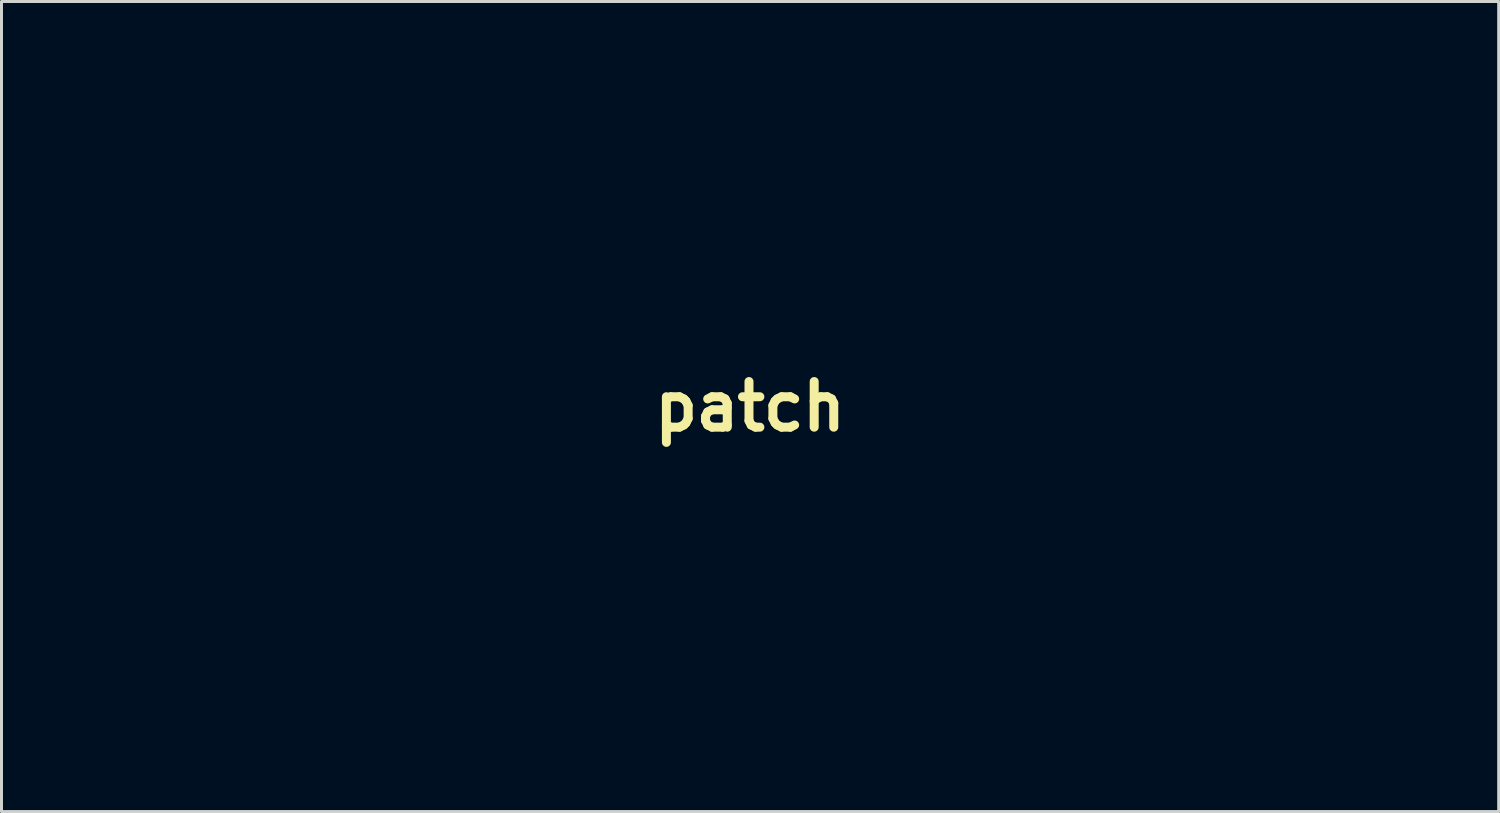
<source format=kicad_pcb>
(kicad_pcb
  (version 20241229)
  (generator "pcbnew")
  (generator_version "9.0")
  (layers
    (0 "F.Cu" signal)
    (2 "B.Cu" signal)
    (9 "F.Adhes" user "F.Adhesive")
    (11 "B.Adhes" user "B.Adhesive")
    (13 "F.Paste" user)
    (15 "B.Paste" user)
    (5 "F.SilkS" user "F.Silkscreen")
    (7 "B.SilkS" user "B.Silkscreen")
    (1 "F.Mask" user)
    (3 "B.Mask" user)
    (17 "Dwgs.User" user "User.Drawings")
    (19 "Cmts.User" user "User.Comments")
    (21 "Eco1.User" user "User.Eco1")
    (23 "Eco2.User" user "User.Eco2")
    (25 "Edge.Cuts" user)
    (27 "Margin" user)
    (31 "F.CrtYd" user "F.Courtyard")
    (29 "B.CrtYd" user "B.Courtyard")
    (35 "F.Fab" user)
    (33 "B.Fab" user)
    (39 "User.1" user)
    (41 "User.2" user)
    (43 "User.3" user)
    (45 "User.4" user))
  (footprint "patch"
    (layer "F.Cu")
    (at 21.997 10.525)
    (property "Reference" "patch" (at 0 0 0) (layer "F.SilkS") (effects (font (size 1.524 1.524) (thickness 0.3))))
    (attr through_hole)
    (fp_poly (pts (xy -12.002 6.752) (xy -13.568 6.752) (xy -13.568 6.16) (xy -12.002 6.16) (xy -12.002 6.752)) (stroke (width 0.01) (type solid)) (fill no) (layer "Eco1.User"))
    (fp_poly (pts (xy -6.625 6.752) (xy -8.149 6.752) (xy -8.149 6.16) (xy -6.625 6.16) (xy -6.625 6.752)) (stroke (width 0.01) (type solid)) (fill no) (layer "Eco1.User"))
    (fp_poly (pts (xy -6.625 10.52) (xy -8.149 10.52) (xy -8.149 9.97) (xy -6.625 9.97) (xy -6.625 10.52)) (stroke (width 0.01) (type solid)) (fill no) (layer "Eco1.User"))
    (fp_poly (pts (xy -3.027 10.52) (xy -4.593 10.52) (xy -4.593 9.97) (xy -3.027 9.97) (xy -3.027 10.52)) (stroke (width 0.01) (type solid)) (fill no) (layer "Eco1.User"))
    (fp_poly (pts (xy 10.308 3.958) (xy 9.885 3.958) (xy 9.885 2.477) (xy 10.308 2.477) (xy 10.308 3.958)) (stroke (width 0.01) (type solid)) (fill no) (layer "Eco1.User"))
    (fp_poly (pts (xy -17.42 -4.508) (xy -18.531 -4.508) (xy -20.262 -2.778) (xy -21.992 -1.048) (xy -21.992 -2.466) (xy -20.701 -3.757) (xy -19.41 -5.048) (xy -19.41 -6.202) (xy -17.42 -6.202) (xy -17.42 -4.508)) (stroke (width 0.01) (type solid)) (fill no) (layer "Eco1.User"))
    (fp_poly (pts (xy 10.156 9.985) (xy 10.219 10.028) (xy 10.302 10.099) (xy 10.399 10.19) (xy 10.489 10.282) (xy 10.715 10.52) (xy 2.89 10.52) (xy 3.133 10.276) (xy 3.248 10.165) (xy 3.349 10.075) (xy 3.431 10.01) (xy 3.481 9.979) (xy 3.585 9.927) (xy 10.049 9.927) (xy 10.156 9.985)) (stroke (width 0.01) (type solid)) (fill no) (layer "Eco1.User"))
    (fp_poly (pts (xy 10.342 -8.604) (xy 10.4 -8.563) (xy 10.435 -8.51) (xy 10.467 -8.436) (xy 10.473 -8.383) (xy 10.452 -8.336) (xy 10.416 -8.296) (xy 10.361 -8.252) (xy 10.31 -8.238) (xy 10.247 -8.254) (xy 10.197 -8.277) (xy 10.13 -8.329) (xy 10.102 -8.389) (xy 10.115 -8.455) (xy 10.132 -8.483) (xy 10.206 -8.564) (xy 10.277 -8.604) (xy 10.342 -8.604)) (stroke (width 0.01) (type solid)) (fill no) (layer "Eco1.User"))
    (fp_poly (pts (xy 5.437 1.662) (xy 5.497 1.69) (xy 5.55 1.726) (xy 5.578 1.759) (xy 5.579 1.761) (xy 5.581 1.826) (xy 5.543 1.88) (xy 5.492 1.912) (xy 5.421 1.94) (xy 5.371 1.943) (xy 5.326 1.918) (xy 5.301 1.895) (xy 5.266 1.847) (xy 5.249 1.802) (xy 5.249 1.799) (xy 5.265 1.753) (xy 5.303 1.703) (xy 5.349 1.664) (xy 5.385 1.651) (xy 5.437 1.662)) (stroke (width 0.01) (type solid)) (fill no) (layer "Eco1.User"))
    (fp_poly (pts (xy 7.134 -8.6) (xy 7.19 -8.562) (xy 7.244 -8.513) (xy 7.283 -8.464) (xy 7.292 -8.444) (xy 7.295 -8.376) (xy 7.257 -8.317) (xy 7.196 -8.276) (xy 7.13 -8.246) (xy 7.082 -8.238) (xy 7.031 -8.252) (xy 6.981 -8.277) (xy 6.912 -8.329) (xy 6.883 -8.391) (xy 6.889 -8.444) (xy 6.917 -8.489) (xy 6.965 -8.539) (xy 7.021 -8.584) (xy 7.072 -8.611) (xy 7.091 -8.615) (xy 7.134 -8.6)) (stroke (width 0.01) (type solid)) (fill no) (layer "Eco1.User"))
    (fp_poly (pts (xy 21.306 -8.842) (xy 21.305 -8.575) (xy 21.303 -8.317) (xy 21.301 -8.071) (xy 21.298 -7.842) (xy 21.296 -7.632) (xy 21.293 -7.446) (xy 21.291 -7.287) (xy 21.288 -7.159) (xy 21.286 -7.064) (xy 21.284 -7.008) (xy 21.283 -7.001) (xy 21.269 -6.837) (xy 20.853 -6.837) (xy 20.839 -7.001) (xy 20.836 -7.048) (xy 20.834 -7.134) (xy 20.831 -7.254) (xy 20.829 -7.407) (xy 20.826 -7.587) (xy 20.824 -7.792) (xy 20.822 -8.017) (xy 20.819 -8.259) (xy 20.817 -8.515) (xy 20.816 -8.78) (xy 20.815 -8.842) (xy 20.806 -10.52) (xy 21.316 -10.52) (xy 21.306 -8.842)) (stroke (width 0.01) (type solid)) (fill no) (layer "Eco1.User"))
    (fp_poly (pts (xy 5.434 1.993) (xy 5.461 2.008) (xy 5.48 2.039) (xy 5.492 2.092) (xy 5.499 2.172) (xy 5.503 2.284) (xy 5.503 2.413) (xy 5.502 2.558) (xy 5.499 2.666) (xy 5.491 2.742) (xy 5.478 2.792) (xy 5.458 2.82) (xy 5.43 2.834) (xy 5.397 2.836) (xy 5.351 2.822) (xy 5.325 2.803) (xy 5.312 2.784) (xy 5.303 2.752) (xy 5.297 2.7) (xy 5.294 2.622) (xy 5.292 2.513) (xy 5.292 2.413) (xy 5.293 2.268) (xy 5.296 2.16) (xy 5.304 2.084) (xy 5.317 2.034) (xy 5.337 2.006) (xy 5.365 1.992) (xy 5.397 1.99) (xy 5.434 1.993)) (stroke (width 0.01) (type solid)) (fill no) (layer "Eco1.User"))
    (fp_poly (pts (xy -21.959 -5.65) (xy -21.959 -5.65) (xy -21.928 -5.614) (xy -21.893 -5.559) (xy -21.885 -5.543) (xy -21.868 -5.503) (xy -21.856 -5.456) (xy -21.849 -5.394) (xy -21.845 -5.307) (xy -21.844 -5.188) (xy -21.844 -5.178) (xy -21.846 -5.047) (xy -21.851 -4.952) (xy -21.863 -4.888) (xy -21.882 -4.85) (xy -21.911 -4.831) (xy -21.951 -4.826) (xy -21.951 -4.826) (xy -21.965 -4.828) (xy -21.975 -4.837) (xy -21.983 -4.86) (xy -21.988 -4.901) (xy -21.99 -4.966) (xy -21.992 -5.06) (xy -21.992 -5.188) (xy -21.992 -5.252) (xy -21.992 -5.396) (xy -21.991 -5.503) (xy -21.989 -5.578) (xy -21.985 -5.625) (xy -21.979 -5.649) (xy -21.97 -5.656) (xy -21.959 -5.65)) (stroke (width 0.01) (type solid)) (fill no) (layer "Eco1.User"))
    (fp_poly (pts (xy -10.406 1.567) (xy -10.287 1.57) (xy -10.2 1.575) (xy -10.141 1.585) (xy -10.104 1.6) (xy -10.084 1.622) (xy -10.076 1.651) (xy -10.075 1.672) (xy -10.078 1.706) (xy -10.09 1.732) (xy -10.117 1.751) (xy -10.163 1.764) (xy -10.232 1.772) (xy -10.332 1.776) (xy -10.465 1.778) (xy -10.562 1.778) (xy -10.71 1.778) (xy -10.821 1.776) (xy -10.901 1.773) (xy -10.955 1.767) (xy -10.99 1.76) (xy -11.011 1.749) (xy -11.016 1.745) (xy -11.043 1.701) (xy -11.049 1.672) (xy -11.046 1.638) (xy -11.034 1.612) (xy -11.007 1.594) (xy -10.962 1.581) (xy -10.892 1.573) (xy -10.793 1.568) (xy -10.659 1.567) (xy -10.562 1.566) (xy -10.406 1.567)) (stroke (width 0.01) (type solid)) (fill no) (layer "Eco1.User"))
    (fp_poly (pts (xy -1.122 8.445) (xy -1.46 8.445) (xy -1.46 10.52) (xy -2.477 10.52) (xy -2.477 8.445) (xy -2.815 8.445) (xy -2.815 7.597) (xy -2.517 7.597) (xy -2.492 7.726) (xy -2.426 7.851) (xy -2.36 7.929) (xy -2.237 8.029) (xy -2.107 8.087) (xy -1.97 8.104) (xy -1.833 8.081) (xy -1.75 8.04) (xy -1.654 7.962) (xy -1.629 7.938) (xy -1.531 7.816) (xy -1.475 7.69) (xy -1.461 7.56) (xy -1.488 7.43) (xy -1.557 7.303) (xy -1.639 7.207) (xy -1.758 7.114) (xy -1.884 7.062) (xy -2.015 7.051) (xy -2.145 7.079) (xy -2.271 7.149) (xy -2.351 7.217) (xy -2.447 7.338) (xy -2.502 7.466) (xy -2.517 7.597) (xy -2.815 7.597) (xy -2.815 6.752) (xy -1.122 6.752) (xy -1.122 8.445)) (stroke (width 0.01) (type solid)) (fill no) (layer "Eco1.User"))
    (fp_poly (pts (xy 1.913 -7.683) (xy 2.053 -7.683) (xy 2.161 -7.681) (xy 2.241 -7.679) (xy 2.298 -7.675) (xy 2.337 -7.67) (xy 2.362 -7.662) (xy 2.38 -7.652) (xy 2.392 -7.641) (xy 2.424 -7.595) (xy 2.434 -7.556) (xy 2.42 -7.51) (xy 2.392 -7.472) (xy 2.378 -7.46) (xy 2.36 -7.45) (xy 2.333 -7.443) (xy 2.292 -7.437) (xy 2.232 -7.434) (xy 2.149 -7.431) (xy 2.038 -7.43) (xy 1.893 -7.43) (xy 1.736 -7.429) (xy 1.558 -7.43) (xy 1.418 -7.43) (xy 1.31 -7.432) (xy 1.23 -7.434) (xy 1.174 -7.438) (xy 1.135 -7.443) (xy 1.109 -7.451) (xy 1.092 -7.461) (xy 1.079 -7.472) (xy 1.048 -7.518) (xy 1.037 -7.556) (xy 1.052 -7.603) (xy 1.079 -7.641) (xy 1.094 -7.653) (xy 1.112 -7.663) (xy 1.139 -7.67) (xy 1.18 -7.676) (xy 1.239 -7.679) (xy 1.322 -7.682) (xy 1.434 -7.683) (xy 1.578 -7.683) (xy 1.736 -7.684) (xy 1.913 -7.683)) (stroke (width 0.01) (type solid)) (fill no) (layer "Eco1.User"))
    (fp_poly (pts (xy 7.137 -8.092) (xy 7.176 -8.065) (xy 7.188 -8.05) (xy 7.198 -8.03) (xy 7.206 -8.002) (xy 7.211 -7.958) (xy 7.214 -7.895) (xy 7.217 -7.807) (xy 7.218 -7.688) (xy 7.218 -7.535) (xy 7.218 -7.472) (xy 7.218 -7.305) (xy 7.217 -7.174) (xy 7.215 -7.076) (xy 7.212 -7.005) (xy 7.208 -6.955) (xy 7.201 -6.922) (xy 7.192 -6.9) (xy 7.18 -6.884) (xy 7.176 -6.879) (xy 7.129 -6.847) (xy 7.091 -6.837) (xy 7.045 -6.851) (xy 7.006 -6.879) (xy 6.993 -6.894) (xy 6.983 -6.913) (xy 6.976 -6.942) (xy 6.971 -6.985) (xy 6.967 -7.049) (xy 6.965 -7.137) (xy 6.964 -7.255) (xy 6.964 -7.409) (xy 6.964 -7.472) (xy 6.964 -7.639) (xy 6.965 -7.769) (xy 6.966 -7.867) (xy 6.969 -7.939) (xy 6.974 -7.989) (xy 6.98 -8.022) (xy 6.99 -8.044) (xy 7.001 -8.059) (xy 7.006 -8.065) (xy 7.052 -8.096) (xy 7.091 -8.107) (xy 7.137 -8.092)) (stroke (width 0.01) (type solid)) (fill no) (layer "Eco1.User"))
    (fp_poly (pts (xy 10.354 -8.092) (xy 10.393 -8.065) (xy 10.406 -8.05) (xy 10.416 -8.03) (xy 10.423 -8.002) (xy 10.428 -7.958) (xy 10.432 -7.895) (xy 10.434 -7.807) (xy 10.435 -7.688) (xy 10.435 -7.535) (xy 10.435 -7.472) (xy 10.435 -7.305) (xy 10.434 -7.174) (xy 10.433 -7.076) (xy 10.43 -7.005) (xy 10.425 -6.955) (xy 10.419 -6.922) (xy 10.409 -6.9) (xy 10.398 -6.884) (xy 10.393 -6.879) (xy 10.347 -6.847) (xy 10.308 -6.837) (xy 10.262 -6.851) (xy 10.223 -6.879) (xy 10.211 -6.894) (xy 10.201 -6.913) (xy 10.193 -6.942) (xy 10.188 -6.985) (xy 10.185 -7.049) (xy 10.182 -7.137) (xy 10.181 -7.255) (xy 10.181 -7.409) (xy 10.181 -7.472) (xy 10.181 -7.639) (xy 10.182 -7.769) (xy 10.184 -7.867) (xy 10.187 -7.939) (xy 10.191 -7.989) (xy 10.198 -8.022) (xy 10.207 -8.044) (xy 10.219 -8.059) (xy 10.223 -8.065) (xy 10.27 -8.096) (xy 10.308 -8.107) (xy 10.354 -8.092)) (stroke (width 0.01) (type solid)) (fill no) (layer "Eco1.User"))
    (fp_poly (pts (xy 21.992 -10.051) (xy 21.991 -9.927) (xy 21.988 -9.822) (xy 21.982 -9.742) (xy 21.976 -9.693) (xy 21.971 -9.682) (xy 21.967 -9.657) (xy 21.962 -9.591) (xy 21.958 -9.487) (xy 21.954 -9.347) (xy 21.95 -9.172) (xy 21.947 -8.966) (xy 21.944 -8.73) (xy 21.942 -8.465) (xy 21.941 -8.413) (xy 21.939 -8.182) (xy 21.937 -7.958) (xy 21.934 -7.748) (xy 21.932 -7.554) (xy 21.929 -7.382) (xy 21.926 -7.236) (xy 21.923 -7.12) (xy 21.92 -7.038) (xy 21.918 -7.001) (xy 21.904 -6.837) (xy 21.488 -6.837) (xy 21.474 -7.001) (xy 21.471 -7.051) (xy 21.468 -7.14) (xy 21.466 -7.262) (xy 21.463 -7.414) (xy 21.46 -7.592) (xy 21.457 -7.791) (xy 21.455 -8.007) (xy 21.452 -8.237) (xy 21.451 -8.475) (xy 21.45 -8.494) (xy 21.449 -8.776) (xy 21.447 -9.019) (xy 21.447 -9.225) (xy 21.447 -9.397) (xy 21.448 -9.538) (xy 21.45 -9.65) (xy 21.452 -9.736) (xy 21.456 -9.798) (xy 21.46 -9.841) (xy 21.466 -9.865) (xy 21.468 -9.871) (xy 21.492 -9.901) (xy 21.541 -9.955) (xy 21.609 -10.026) (xy 21.69 -10.107) (xy 21.743 -10.159) (xy 21.992 -10.399) (xy 21.992 -10.051)) (stroke (width 0.01) (type solid)) (fill no) (layer "Eco1.User"))
    (fp_poly (pts (xy 4.978 1.665) (xy 5.004 1.684) (xy 5.015 1.7) (xy 5.023 1.727) (xy 5.029 1.769) (xy 5.033 1.833) (xy 5.036 1.923) (xy 5.037 2.044) (xy 5.038 2.201) (xy 5.038 2.244) (xy 5.037 2.41) (xy 5.036 2.539) (xy 5.034 2.636) (xy 5.03 2.705) (xy 5.025 2.752) (xy 5.017 2.782) (xy 5.007 2.8) (xy 5.004 2.803) (xy 4.961 2.823) (xy 4.888 2.835) (xy 4.798 2.838) (xy 4.701 2.833) (xy 4.612 2.82) (xy 4.54 2.8) (xy 4.525 2.793) (xy 4.449 2.737) (xy 4.398 2.658) (xy 4.369 2.552) (xy 4.36 2.413) (xy 4.36 2.413) (xy 4.361 2.409) (xy 4.572 2.409) (xy 4.578 2.509) (xy 4.598 2.573) (xy 4.639 2.61) (xy 4.703 2.624) (xy 4.734 2.625) (xy 4.826 2.625) (xy 4.826 2.201) (xy 4.738 2.201) (xy 4.66 2.209) (xy 4.61 2.237) (xy 4.583 2.291) (xy 4.572 2.378) (xy 4.572 2.409) (xy 4.361 2.409) (xy 4.373 2.264) (xy 4.411 2.148) (xy 4.476 2.064) (xy 4.568 2.012) (xy 4.687 1.99) (xy 4.719 1.99) (xy 4.826 1.99) (xy 4.826 1.854) (xy 4.833 1.753) (xy 4.857 1.688) (xy 4.898 1.656) (xy 4.932 1.651) (xy 4.978 1.665)) (stroke (width 0.01) (type solid)) (fill no) (layer "Eco1.User"))
    (fp_poly (pts (xy -21.157 -5.697) (xy -21.054 -5.649) (xy -20.975 -5.574) (xy -20.926 -5.479) (xy -20.913 -5.388) (xy -20.921 -5.329) (xy -20.942 -5.286) (xy -20.943 -5.285) (xy -20.976 -5.269) (xy -21.041 -5.248) (xy -21.125 -5.228) (xy -21.177 -5.218) (xy -21.381 -5.181) (xy -21.374 -5.115) (xy -21.368 -5.075) (xy -21.352 -5.056) (xy -21.314 -5.05) (xy -21.262 -5.05) (xy -21.184 -5.054) (xy -21.113 -5.063) (xy -21.091 -5.068) (xy -21.027 -5.067) (xy -20.98 -5.039) (xy -20.956 -4.992) (xy -20.963 -4.938) (xy -20.987 -4.902) (xy -21.048 -4.865) (xy -21.137 -4.84) (xy -21.239 -4.829) (xy -21.341 -4.832) (xy -21.429 -4.851) (xy -21.455 -4.862) (xy -21.511 -4.901) (xy -21.551 -4.958) (xy -21.576 -5.039) (xy -21.588 -5.151) (xy -21.59 -5.251) (xy -21.581 -5.405) (xy -21.379 -5.405) (xy -21.369 -5.397) (xy -21.344 -5.402) (xy -21.292 -5.412) (xy -21.248 -5.421) (xy -21.186 -5.436) (xy -21.159 -5.448) (xy -21.161 -5.461) (xy -21.177 -5.474) (xy -21.245 -5.501) (xy -21.311 -5.488) (xy -21.34 -5.468) (xy -21.37 -5.433) (xy -21.379 -5.405) (xy -21.581 -5.405) (xy -21.581 -5.411) (xy -21.553 -5.535) (xy -21.504 -5.625) (xy -21.433 -5.683) (xy -21.339 -5.711) (xy -21.277 -5.715) (xy -21.157 -5.697)) (stroke (width 0.01) (type solid)) (fill no) (layer "Eco1.User"))
    (fp_poly (pts (xy 4.079 1.993) (xy 4.106 2.008) (xy 4.125 2.04) (xy 4.138 2.093) (xy 4.145 2.174) (xy 4.148 2.287) (xy 4.148 2.409) (xy 4.147 2.529) (xy 4.144 2.635) (xy 4.139 2.72) (xy 4.133 2.775) (xy 4.129 2.793) (xy 4.097 2.81) (xy 4.034 2.822) (xy 3.952 2.829) (xy 3.86 2.831) (xy 3.771 2.826) (xy 3.696 2.816) (xy 3.649 2.801) (xy 3.599 2.769) (xy 3.563 2.725) (xy 3.538 2.664) (xy 3.523 2.579) (xy 3.515 2.463) (xy 3.514 2.34) (xy 3.515 2.208) (xy 3.521 2.114) (xy 3.533 2.05) (xy 3.553 2.012) (xy 3.581 1.994) (xy 3.616 1.99) (xy 3.653 1.994) (xy 3.68 2.007) (xy 3.698 2.038) (xy 3.71 2.091) (xy 3.718 2.173) (xy 3.724 2.289) (xy 3.725 2.322) (xy 3.73 2.438) (xy 3.734 2.519) (xy 3.74 2.571) (xy 3.748 2.6) (xy 3.761 2.614) (xy 3.779 2.62) (xy 3.786 2.621) (xy 3.848 2.621) (xy 3.886 2.615) (xy 3.907 2.609) (xy 3.921 2.597) (xy 3.93 2.572) (xy 3.935 2.527) (xy 3.937 2.456) (xy 3.937 2.35) (xy 3.937 2.329) (xy 3.939 2.201) (xy 3.945 2.108) (xy 3.958 2.047) (xy 3.978 2.01) (xy 4.009 1.993) (xy 4.043 1.99) (xy 4.079 1.993)) (stroke (width 0.01) (type solid)) (fill no) (layer "Eco1.User"))
    (fp_poly (pts (xy 2.957 5.852) (xy 3.034 5.878) (xy 3.094 5.913) (xy 3.123 5.952) (xy 3.126 6.016) (xy 3.097 6.065) (xy 3.046 6.09) (xy 2.984 6.084) (xy 2.967 6.077) (xy 2.9 6.056) (xy 2.836 6.06) (xy 2.794 6.085) (xy 2.781 6.125) (xy 2.803 6.157) (xy 2.855 6.177) (xy 2.893 6.181) (xy 2.983 6.197) (xy 3.076 6.24) (xy 3.154 6.3) (xy 3.173 6.321) (xy 3.211 6.387) (xy 3.216 6.451) (xy 3.187 6.52) (xy 3.121 6.601) (xy 3.104 6.618) (xy 3.045 6.675) (xy 3.002 6.709) (xy 2.962 6.725) (xy 2.912 6.73) (xy 2.866 6.731) (xy 2.778 6.725) (xy 2.71 6.705) (xy 2.651 6.672) (xy 2.581 6.618) (xy 2.548 6.567) (xy 2.547 6.511) (xy 2.551 6.498) (xy 2.583 6.456) (xy 2.638 6.442) (xy 2.707 6.458) (xy 2.738 6.475) (xy 2.816 6.512) (xy 2.878 6.513) (xy 2.93 6.479) (xy 2.93 6.478) (xy 2.955 6.435) (xy 2.941 6.406) (xy 2.889 6.393) (xy 2.868 6.392) (xy 2.797 6.383) (xy 2.726 6.359) (xy 2.725 6.359) (xy 2.665 6.315) (xy 2.608 6.248) (xy 2.563 6.174) (xy 2.541 6.105) (xy 2.54 6.091) (xy 2.56 6.021) (xy 2.612 5.954) (xy 2.688 5.897) (xy 2.778 5.858) (xy 2.873 5.842) (xy 2.877 5.842) (xy 2.957 5.852)) (stroke (width 0.01) (type solid)) (fill no) (layer "Eco1.User"))
    (fp_poly (pts (xy 2.964 1.996) (xy 3.048 2.013) (xy 3.076 2.024) (xy 3.128 2.055) (xy 3.165 2.097) (xy 3.191 2.155) (xy 3.207 2.237) (xy 3.215 2.348) (xy 3.217 2.486) (xy 3.217 2.615) (xy 3.212 2.708) (xy 3.2 2.77) (xy 3.174 2.808) (xy 3.132 2.828) (xy 3.069 2.834) (xy 2.981 2.835) (xy 2.967 2.835) (xy 2.869 2.83) (xy 2.777 2.82) (xy 2.707 2.806) (xy 2.697 2.802) (xy 2.617 2.753) (xy 2.563 2.675) (xy 2.54 2.577) (xy 2.54 2.561) (xy 2.54 2.561) (xy 2.752 2.561) (xy 2.759 2.592) (xy 2.786 2.611) (xy 2.84 2.62) (xy 2.905 2.623) (xy 3.006 2.625) (xy 3.006 2.54) (xy 3.004 2.486) (xy 2.989 2.462) (xy 2.952 2.456) (xy 2.926 2.455) (xy 2.848 2.467) (xy 2.788 2.498) (xy 2.755 2.541) (xy 2.752 2.561) (xy 2.54 2.561) (xy 2.56 2.46) (xy 2.614 2.371) (xy 2.696 2.301) (xy 2.799 2.257) (xy 2.898 2.244) (xy 2.963 2.24) (xy 2.994 2.23) (xy 2.995 2.223) (xy 2.965 2.208) (xy 2.908 2.202) (xy 2.84 2.206) (xy 2.776 2.218) (xy 2.759 2.224) (xy 2.684 2.237) (xy 2.626 2.219) (xy 2.591 2.176) (xy 2.588 2.113) (xy 2.592 2.097) (xy 2.625 2.058) (xy 2.689 2.026) (xy 2.774 2.004) (xy 2.869 1.994) (xy 2.964 1.996)) (stroke (width 0.01) (type solid)) (fill no) (layer "Eco1.User"))
    (fp_poly (pts (xy 3.751 5.847) (xy 3.852 5.859) (xy 3.929 5.88) (xy 3.985 5.915) (xy 4.023 5.968) (xy 4.047 6.047) (xy 4.059 6.155) (xy 4.064 6.298) (xy 4.064 6.36) (xy 4.063 6.488) (xy 4.06 6.58) (xy 4.053 6.642) (xy 4.044 6.679) (xy 4.034 6.695) (xy 4.002 6.711) (xy 3.939 6.721) (xy 3.842 6.727) (xy 3.794 6.728) (xy 3.694 6.729) (xy 3.627 6.726) (xy 3.581 6.717) (xy 3.548 6.702) (xy 3.527 6.687) (xy 3.467 6.622) (xy 3.418 6.537) (xy 3.39 6.451) (xy 3.387 6.415) (xy 3.389 6.399) (xy 3.602 6.399) (xy 3.61 6.452) (xy 3.65 6.492) (xy 3.71 6.516) (xy 3.781 6.517) (xy 3.819 6.506) (xy 3.845 6.475) (xy 3.852 6.421) (xy 3.852 6.348) (xy 3.731 6.354) (xy 3.659 6.361) (xy 3.62 6.373) (xy 3.603 6.393) (xy 3.602 6.399) (xy 3.389 6.399) (xy 3.405 6.311) (xy 3.458 6.228) (xy 3.541 6.17) (xy 3.65 6.141) (xy 3.7 6.138) (xy 3.778 6.133) (xy 3.829 6.119) (xy 3.848 6.099) (xy 3.831 6.075) (xy 3.781 6.059) (xy 3.71 6.055) (xy 3.639 6.062) (xy 3.595 6.077) (xy 3.536 6.091) (xy 3.48 6.077) (xy 3.443 6.04) (xy 3.44 6.032) (xy 3.437 5.966) (xy 3.47 5.911) (xy 3.536 5.871) (xy 3.629 5.849) (xy 3.744 5.847) (xy 3.751 5.847)) (stroke (width 0.01) (type solid)) (fill no) (layer "Eco1.User"))
    (fp_poly (pts (xy 21.918 -3.328) (xy 21.92 -3.285) (xy 21.922 -3.203) (xy 21.924 -3.084) (xy 21.926 -2.932) (xy 21.928 -2.749) (xy 21.93 -2.539) (xy 21.932 -2.304) (xy 21.934 -2.047) (xy 21.936 -1.771) (xy 21.938 -1.48) (xy 21.939 -1.176) (xy 21.941 -0.861) (xy 21.941 -0.815) (xy 21.943 -0.386) (xy 21.945 0.000157) (xy 21.947 0.344) (xy 21.949 0.646) (xy 21.952 0.906) (xy 21.955 1.123) (xy 21.958 1.298) (xy 21.962 1.431) (xy 21.966 1.521) (xy 21.97 1.569) (xy 21.971 1.577) (xy 21.98 1.615) (xy 21.985 1.69) (xy 21.988 1.797) (xy 21.988 1.928) (xy 21.988 1.962) (xy 21.982 2.304) (xy 21.723 2.051) (xy 21.636 1.964) (xy 21.561 1.885) (xy 21.501 1.818) (xy 21.463 1.771) (xy 21.452 1.751) (xy 21.45 1.723) (xy 21.449 1.655) (xy 21.448 1.552) (xy 21.447 1.416) (xy 21.447 1.251) (xy 21.446 1.059) (xy 21.446 0.844) (xy 21.446 0.61) (xy 21.447 0.359) (xy 21.447 0.094) (xy 21.448 -0.18) (xy 21.449 -0.462) (xy 21.45 -0.747) (xy 21.452 -1.033) (xy 21.453 -1.316) (xy 21.455 -1.593) (xy 21.456 -1.861) (xy 21.458 -2.116) (xy 21.46 -2.356) (xy 21.462 -2.578) (xy 21.464 -2.777) (xy 21.466 -2.951) (xy 21.468 -3.096) (xy 21.47 -3.21) (xy 21.472 -3.289) (xy 21.473 -3.328) (xy 21.488 -3.493) (xy 21.904 -3.493) (xy 21.918 -3.328)) (stroke (width 0.01) (type solid)) (fill no) (layer "Eco1.User"))
    (fp_poly (pts (xy -18.26 8.888) (xy -18.054 8.942) (xy -17.862 9.032) (xy -17.686 9.158) (xy -17.532 9.316) (xy -17.431 9.458) (xy -17.351 9.588) (xy -15.859 9.588) (xy -15.754 9.647) (xy -15.701 9.684) (xy -15.622 9.751) (xy -15.52 9.845) (xy -15.397 9.965) (xy -15.256 10.107) (xy -15.251 10.112) (xy -14.852 10.52) (xy -17.971 10.52) (xy -17.909 10.435) (xy -17.84 10.305) (xy -17.807 10.164) (xy -17.808 10.018) (xy -17.842 9.873) (xy -17.906 9.737) (xy -17.999 9.616) (xy -18.118 9.517) (xy -18.17 9.487) (xy -18.287 9.445) (xy -18.422 9.427) (xy -18.559 9.433) (xy -18.682 9.464) (xy -18.713 9.477) (xy -18.86 9.57) (xy -18.976 9.688) (xy -19.043 9.795) (xy -19.091 9.935) (xy -19.107 10.083) (xy -19.091 10.231) (xy -19.045 10.368) (xy -18.97 10.483) (xy -18.96 10.497) (xy -18.962 10.507) (xy -18.982 10.514) (xy -19.026 10.517) (xy -19.098 10.519) (xy -19.206 10.52) (xy -19.257 10.52) (xy -19.369 10.519) (xy -19.466 10.515) (xy -19.539 10.511) (xy -19.581 10.505) (xy -19.588 10.501) (xy -19.605 10.457) (xy -19.623 10.385) (xy -19.641 10.296) (xy -19.655 10.205) (xy -19.662 10.125) (xy -19.663 10.097) (xy -19.643 9.875) (xy -19.584 9.668) (xy -19.485 9.474) (xy -19.346 9.293) (xy -19.294 9.239) (xy -19.139 9.102) (xy -18.982 9.001) (xy -18.813 8.931) (xy -18.692 8.899) (xy -18.474 8.874) (xy -18.26 8.888)) (stroke (width 0.01) (type solid)) (fill no) (layer "Eco1.User"))
    (fp_poly (pts (xy 0.499 -8.089) (xy 0.542 -8.048) (xy 0.569 -7.998) (xy 0.572 -7.98) (xy 0.566 -7.949) (xy 0.548 -7.92) (xy 0.512 -7.89) (xy 0.454 -7.858) (xy 0.369 -7.82) (xy 0.252 -7.774) (xy 0.1 -7.717) (xy 0.1 -7.717) (xy -0.021 -7.672) (xy -0.127 -7.631) (xy -0.212 -7.597) (xy -0.27 -7.571) (xy -0.296 -7.558) (xy -0.296 -7.556) (xy -0.277 -7.545) (xy -0.225 -7.522) (xy -0.144 -7.489) (xy -0.041 -7.449) (xy 0.077 -7.405) (xy 0.1 -7.396) (xy 0.252 -7.34) (xy 0.368 -7.293) (xy 0.453 -7.255) (xy 0.512 -7.223) (xy 0.548 -7.193) (xy 0.566 -7.164) (xy 0.572 -7.133) (xy 0.572 -7.133) (xy 0.555 -7.083) (xy 0.514 -7.036) (xy 0.466 -7.009) (xy 0.45 -7.007) (xy 0.421 -7.014) (xy 0.358 -7.035) (xy 0.266 -7.066) (xy 0.15 -7.108) (xy 0.016 -7.156) (xy -0.132 -7.211) (xy -0.18 -7.228) (xy -0.33 -7.285) (xy -0.468 -7.339) (xy -0.589 -7.388) (xy -0.687 -7.43) (xy -0.758 -7.462) (xy -0.795 -7.482) (xy -0.799 -7.486) (xy -0.824 -7.55) (xy -0.807 -7.615) (xy -0.799 -7.627) (xy -0.774 -7.642) (xy -0.715 -7.669) (xy -0.629 -7.706) (xy -0.52 -7.75) (xy -0.396 -7.799) (xy -0.262 -7.852) (xy -0.124 -7.905) (xy 0.013 -7.956) (xy 0.141 -8.003) (xy 0.255 -8.044) (xy 0.349 -8.077) (xy 0.417 -8.098) (xy 0.453 -8.107) (xy 0.454 -8.107) (xy 0.499 -8.089)) (stroke (width 0.01) (type solid)) (fill no) (layer "Eco1.User"))
    (fp_poly (pts (xy 5.163 5.866) (xy 5.176 5.877) (xy 5.19 5.894) (xy 5.199 5.915) (xy 5.2 5.945) (xy 5.194 5.989) (xy 5.178 6.053) (xy 5.152 6.142) (xy 5.114 6.263) (xy 5.079 6.373) (xy 5.037 6.504) (xy 5.003 6.599) (xy 4.976 6.664) (xy 4.954 6.702) (xy 4.935 6.719) (xy 4.931 6.721) (xy 4.876 6.728) (xy 4.833 6.708) (xy 4.796 6.656) (xy 4.76 6.566) (xy 4.713 6.424) (xy 4.651 6.562) (xy 4.617 6.632) (xy 4.586 6.687) (xy 4.565 6.714) (xy 4.564 6.715) (xy 4.506 6.73) (xy 4.449 6.71) (xy 4.439 6.701) (xy 4.422 6.669) (xy 4.4 6.604) (xy 4.373 6.514) (xy 4.344 6.408) (xy 4.315 6.295) (xy 4.289 6.182) (xy 4.266 6.078) (xy 4.25 5.992) (xy 4.242 5.931) (xy 4.243 5.908) (xy 4.277 5.864) (xy 4.334 5.846) (xy 4.381 5.853) (xy 4.4 5.861) (xy 4.416 5.879) (xy 4.432 5.912) (xy 4.451 5.967) (xy 4.475 6.049) (xy 4.507 6.166) (xy 4.511 6.181) (xy 4.536 6.276) (xy 4.589 6.155) (xy 4.638 6.066) (xy 4.69 6.018) (xy 4.741 6.011) (xy 4.788 6.045) (xy 4.829 6.12) (xy 4.84 6.15) (xy 4.861 6.21) (xy 4.878 6.248) (xy 4.886 6.255) (xy 4.897 6.231) (xy 4.916 6.177) (xy 4.942 6.102) (xy 4.955 6.061) (xy 4.984 5.978) (xy 5.012 5.91) (xy 5.035 5.868) (xy 5.042 5.86) (xy 5.103 5.843) (xy 5.163 5.866)) (stroke (width 0.01) (type solid)) (fill no) (layer "Eco1.User"))
    (fp_poly (pts (xy -9.311 0.933) (xy -9.219 0.94) (xy -9.157 0.952) (xy -9.121 0.973) (xy -9.105 1.004) (xy -9.102 1.033) (xy -9.107 1.075) (xy -9.126 1.104) (xy -9.166 1.122) (xy -9.234 1.134) (xy -9.336 1.142) (xy -9.36 1.143) (xy -9.578 1.154) (xy -9.584 1.233) (xy -9.591 1.312) (xy -9.451 1.312) (xy -9.313 1.325) (xy -9.206 1.366) (xy -9.129 1.435) (xy -9.081 1.535) (xy -9.061 1.667) (xy -9.059 1.714) (xy -9.07 1.849) (xy -9.107 1.956) (xy -9.173 2.049) (xy -9.218 2.092) (xy -9.258 2.126) (xy -9.295 2.145) (xy -9.341 2.155) (xy -9.409 2.159) (xy -9.465 2.159) (xy -9.636 2.159) (xy -9.729 2.067) (xy -9.792 1.992) (xy -9.818 1.931) (xy -9.808 1.879) (xy -9.788 1.854) (xy -9.737 1.824) (xy -9.679 1.832) (xy -9.608 1.879) (xy -9.602 1.884) (xy -9.519 1.936) (xy -9.438 1.947) (xy -9.362 1.918) (xy -9.328 1.888) (xy -9.293 1.844) (xy -9.276 1.796) (xy -9.271 1.726) (xy -9.271 1.711) (xy -9.278 1.621) (xy -9.305 1.564) (xy -9.358 1.534) (xy -9.443 1.524) (xy -9.46 1.524) (xy -9.551 1.532) (xy -9.614 1.559) (xy -9.625 1.566) (xy -9.693 1.603) (xy -9.753 1.6) (xy -9.79 1.573) (xy -9.804 1.557) (xy -9.812 1.537) (xy -9.817 1.505) (xy -9.817 1.457) (xy -9.812 1.386) (xy -9.803 1.286) (xy -9.79 1.152) (xy -9.786 1.115) (xy -9.777 1.045) (xy -9.763 0.996) (xy -9.737 0.963) (xy -9.693 0.944) (xy -9.624 0.935) (xy -9.523 0.932) (xy -9.44 0.931) (xy -9.311 0.933)) (stroke (width 0.01) (type solid)) (fill no) (layer "Eco1.User"))
    (fp_poly (pts (xy 11.462 -8.1) (xy 11.51 -8.085) (xy 11.564 -8.057) (xy 11.57 -8.054) (xy 11.652 -7.99) (xy 11.722 -7.909) (xy 11.728 -7.9) (xy 11.79 -7.802) (xy 11.79 -7.362) (xy 11.79 -7.214) (xy 11.789 -7.102) (xy 11.786 -7.021) (xy 11.782 -6.965) (xy 11.775 -6.927) (xy 11.766 -6.903) (xy 11.753 -6.885) (xy 11.748 -6.879) (xy 11.701 -6.847) (xy 11.663 -6.837) (xy 11.617 -6.851) (xy 11.578 -6.879) (xy 11.563 -6.896) (xy 11.553 -6.919) (xy 11.545 -6.953) (xy 11.54 -7.004) (xy 11.537 -7.079) (xy 11.536 -7.183) (xy 11.536 -7.324) (xy 11.536 -7.741) (xy 11.48 -7.797) (xy 11.408 -7.841) (xy 11.319 -7.854) (xy 11.225 -7.835) (xy 11.209 -7.828) (xy 11.155 -7.804) (xy 11.155 -7.363) (xy 11.155 -7.214) (xy 11.154 -7.103) (xy 11.151 -7.022) (xy 11.147 -6.965) (xy 11.14 -6.927) (xy 11.131 -6.903) (xy 11.118 -6.885) (xy 11.113 -6.879) (xy 11.066 -6.847) (xy 11.028 -6.837) (xy 10.982 -6.851) (xy 10.943 -6.879) (xy 10.93 -6.894) (xy 10.92 -6.913) (xy 10.913 -6.942) (xy 10.908 -6.985) (xy 10.904 -7.049) (xy 10.902 -7.137) (xy 10.901 -7.255) (xy 10.901 -7.409) (xy 10.901 -7.472) (xy 10.901 -7.639) (xy 10.902 -7.769) (xy 10.903 -7.867) (xy 10.906 -7.938) (xy 10.911 -7.988) (xy 10.917 -8.021) (xy 10.926 -8.043) (xy 10.938 -8.059) (xy 10.945 -8.067) (xy 10.994 -8.099) (xy 11.046 -8.097) (xy 11.1 -8.087) (xy 11.134 -8.085) (xy 11.17 -8.088) (xy 11.234 -8.093) (xy 11.314 -8.098) (xy 11.319 -8.099) (xy 11.404 -8.103) (xy 11.462 -8.1)) (stroke (width 0.01) (type solid)) (fill no) (layer "Eco1.User"))
    (fp_poly (pts (xy 8.205 -8.104) (xy 8.263 -8.094) (xy 8.321 -8.07) (xy 8.396 -8.027) (xy 8.403 -8.023) (xy 8.485 -7.967) (xy 8.541 -7.914) (xy 8.584 -7.851) (xy 8.597 -7.827) (xy 8.623 -7.774) (xy 8.64 -7.726) (xy 8.649 -7.672) (xy 8.654 -7.6) (xy 8.656 -7.5) (xy 8.656 -7.472) (xy 8.656 -7.362) (xy 8.652 -7.284) (xy 8.644 -7.23) (xy 8.63 -7.188) (xy 8.613 -7.154) (xy 8.509 -7.018) (xy 8.376 -6.907) (xy 8.362 -6.897) (xy 8.248 -6.848) (xy 8.12 -6.834) (xy 7.986 -6.854) (xy 7.879 -6.897) (xy 7.81 -6.938) (xy 7.755 -6.989) (xy 7.702 -7.061) (xy 7.683 -7.091) (xy 7.599 -7.228) (xy 7.599 -7.472) (xy 7.599 -7.474) (xy 7.851 -7.474) (xy 7.857 -7.375) (xy 7.87 -7.292) (xy 7.888 -7.244) (xy 7.959 -7.154) (xy 8.041 -7.104) (xy 8.123 -7.091) (xy 8.179 -7.095) (xy 8.223 -7.112) (xy 8.271 -7.149) (xy 8.308 -7.186) (xy 8.403 -7.28) (xy 8.403 -7.473) (xy 8.401 -7.563) (xy 8.395 -7.641) (xy 8.385 -7.694) (xy 8.381 -7.706) (xy 8.339 -7.755) (xy 8.272 -7.801) (xy 8.197 -7.837) (xy 8.131 -7.853) (xy 8.128 -7.853) (xy 8.033 -7.838) (xy 7.95 -7.797) (xy 7.892 -7.739) (xy 7.886 -7.729) (xy 7.866 -7.665) (xy 7.855 -7.575) (xy 7.851 -7.474) (xy 7.599 -7.474) (xy 7.6 -7.579) (xy 7.604 -7.654) (xy 7.612 -7.71) (xy 7.627 -7.758) (xy 7.65 -7.809) (xy 7.668 -7.842) (xy 7.714 -7.919) (xy 7.76 -7.971) (xy 7.823 -8.015) (xy 7.863 -8.037) (xy 7.947 -8.078) (xy 8.02 -8.099) (xy 8.103 -8.106) (xy 8.128 -8.106) (xy 8.205 -8.104)) (stroke (width 0.01) (type solid)) (fill no) (layer "Eco1.User"))
    (fp_poly (pts (xy 21.992 7.227) (xy 21.775 7.447) (xy 21.815 7.549) (xy 21.84 7.637) (xy 21.852 7.745) (xy 21.855 7.842) (xy 21.85 7.973) (xy 21.834 8.075) (xy 21.815 8.135) (xy 21.775 8.238) (xy 21.884 8.348) (xy 21.993 8.458) (xy 21.987 9.126) (xy 21.982 9.795) (xy 21.821 9.644) (xy 21.75 9.576) (xy 21.691 9.514) (xy 21.649 9.466) (xy 21.635 9.447) (xy 21.625 9.405) (xy 21.617 9.325) (xy 21.613 9.215) (xy 21.611 9.097) (xy 21.611 8.793) (xy 21.516 8.699) (xy 21.42 8.606) (xy 21.32 8.643) (xy 21.143 8.689) (xy 20.963 8.696) (xy 20.786 8.667) (xy 20.619 8.606) (xy 20.467 8.514) (xy 20.337 8.394) (xy 20.234 8.248) (xy 20.212 8.205) (xy 20.152 8.03) (xy 20.132 7.853) (xy 20.132 7.851) (xy 20.47 7.851) (xy 20.495 7.98) (xy 20.561 8.105) (xy 20.627 8.183) (xy 20.75 8.283) (xy 20.88 8.341) (xy 21.017 8.358) (xy 21.154 8.335) (xy 21.231 8.297) (xy 21.316 8.233) (xy 21.397 8.152) (xy 21.462 8.067) (xy 21.5 7.99) (xy 21.501 7.988) (xy 21.524 7.844) (xy 21.505 7.707) (xy 21.444 7.578) (xy 21.348 7.461) (xy 21.229 7.368) (xy 21.103 7.316) (xy 20.972 7.305) (xy 20.842 7.333) (xy 20.716 7.403) (xy 20.636 7.471) (xy 20.54 7.592) (xy 20.485 7.72) (xy 20.47 7.851) (xy 20.132 7.851) (xy 20.147 7.679) (xy 20.197 7.513) (xy 20.278 7.359) (xy 20.388 7.224) (xy 20.524 7.111) (xy 20.684 7.027) (xy 20.829 6.983) (xy 20.966 6.968) (xy 21.115 6.975) (xy 21.257 7.002) (xy 21.336 7.029) (xy 21.445 7.076) (xy 21.992 6.531) (xy 21.992 7.227)) (stroke (width 0.01) (type solid)) (fill no) (layer "Eco1.User"))
    (fp_poly (pts (xy -9.842 -8.149) (xy -11.536 -8.149) (xy -11.536 -8.488) (xy -12.436 -8.488) (xy -13.171 -7.752) (xy -13.906 -7.017) (xy -13.906 -6.202) (xy -13.399 -6.202) (xy -13.399 -4.508) (xy -15.431 -4.508) (xy -15.431 -6.202) (xy -14.922 -6.202) (xy -14.922 -6.768) (xy -14.921 -6.942) (xy -14.92 -7.08) (xy -14.918 -7.185) (xy -14.914 -7.265) (xy -14.909 -7.323) (xy -14.901 -7.366) (xy -14.891 -7.399) (xy -14.885 -7.415) (xy -14.862 -7.447) (xy -14.812 -7.505) (xy -14.738 -7.587) (xy -14.643 -7.688) (xy -14.53 -7.806) (xy -14.402 -7.938) (xy -14.263 -8.081) (xy -14.115 -8.231) (xy -13.962 -8.385) (xy -13.807 -8.54) (xy -13.653 -8.693) (xy -13.503 -8.841) (xy -13.361 -8.98) (xy -13.342 -8.998) (xy -11.238 -8.998) (xy -11.213 -8.868) (xy -11.147 -8.744) (xy -11.081 -8.666) (xy -10.957 -8.566) (xy -10.827 -8.508) (xy -10.69 -8.491) (xy -10.554 -8.513) (xy -10.476 -8.551) (xy -10.392 -8.616) (xy -10.311 -8.696) (xy -10.246 -8.781) (xy -10.207 -8.859) (xy -10.207 -8.861) (xy -10.184 -9.005) (xy -10.203 -9.141) (xy -10.264 -9.271) (xy -10.36 -9.388) (xy -10.478 -9.481) (xy -10.605 -9.533) (xy -10.736 -9.544) (xy -10.866 -9.515) (xy -10.992 -9.446) (xy -11.071 -9.378) (xy -11.167 -9.257) (xy -11.223 -9.129) (xy -11.238 -8.998) (xy -13.342 -8.998) (xy -13.229 -9.108) (xy -13.111 -9.221) (xy -13.009 -9.316) (xy -12.928 -9.391) (xy -12.87 -9.441) (xy -12.838 -9.464) (xy -12.809 -9.475) (xy -12.776 -9.484) (xy -12.733 -9.491) (xy -12.676 -9.496) (xy -12.598 -9.5) (xy -12.494 -9.502) (xy -12.36 -9.503) (xy -12.189 -9.503) (xy -12.144 -9.503) (xy -11.536 -9.504) (xy -11.536 -9.842) (xy -9.842 -9.842) (xy -9.842 -8.149)) (stroke (width 0.01) (type solid)) (fill no) (layer "Eco1.User"))
    (fp_poly (pts (xy 4.421 -8.097) (xy 4.457 -8.077) (xy 4.471 -8.064) (xy 4.481 -8.044) (xy 4.489 -8.012) (xy 4.495 -7.961) (xy 4.5 -7.887) (xy 4.504 -7.783) (xy 4.507 -7.644) (xy 4.508 -7.601) (xy 4.512 -7.453) (xy 4.516 -7.34) (xy 4.52 -7.259) (xy 4.526 -7.203) (xy 4.533 -7.166) (xy 4.543 -7.143) (xy 4.556 -7.128) (xy 4.561 -7.124) (xy 4.628 -7.097) (xy 4.711 -7.094) (xy 4.792 -7.115) (xy 4.828 -7.135) (xy 4.889 -7.178) (xy 4.889 -7.6) (xy 4.89 -7.745) (xy 4.891 -7.853) (xy 4.893 -7.931) (xy 4.898 -7.985) (xy 4.905 -8.021) (xy 4.915 -8.044) (xy 4.929 -8.062) (xy 4.932 -8.065) (xy 4.992 -8.102) (xy 5.054 -8.097) (xy 5.101 -8.065) (xy 5.114 -8.05) (xy 5.124 -8.03) (xy 5.131 -8.002) (xy 5.137 -7.958) (xy 5.14 -7.895) (xy 5.142 -7.807) (xy 5.143 -7.688) (xy 5.143 -7.535) (xy 5.144 -7.472) (xy 5.143 -7.305) (xy 5.143 -7.175) (xy 5.141 -7.077) (xy 5.138 -7.006) (xy 5.134 -6.956) (xy 5.127 -6.923) (xy 5.118 -6.901) (xy 5.106 -6.884) (xy 5.099 -6.877) (xy 5.05 -6.845) (xy 4.999 -6.847) (xy 4.945 -6.857) (xy 4.911 -6.858) (xy 4.782 -6.849) (xy 4.687 -6.844) (xy 4.618 -6.845) (xy 4.565 -6.851) (xy 4.52 -6.863) (xy 4.474 -6.883) (xy 4.441 -6.9) (xy 4.386 -6.932) (xy 4.343 -6.967) (xy 4.311 -7.01) (xy 4.287 -7.066) (xy 4.271 -7.142) (xy 4.261 -7.242) (xy 4.256 -7.372) (xy 4.255 -7.537) (xy 4.255 -7.603) (xy 4.255 -7.747) (xy 4.256 -7.855) (xy 4.259 -7.932) (xy 4.263 -7.986) (xy 4.27 -8.021) (xy 4.281 -8.045) (xy 4.294 -8.062) (xy 4.297 -8.065) (xy 4.357 -8.102) (xy 4.421 -8.097)) (stroke (width 0.01) (type solid)) (fill no) (layer "Eco1.User"))
    (fp_poly (pts (xy 6.417 -8.6) (xy 6.456 -8.572) (xy 6.467 -8.56) (xy 6.475 -8.544) (xy 6.482 -8.521) (xy 6.488 -8.485) (xy 6.492 -8.434) (xy 6.495 -8.362) (xy 6.496 -8.266) (xy 6.498 -8.141) (xy 6.498 -7.983) (xy 6.498 -7.789) (xy 6.498 -7.726) (xy 6.498 -7.519) (xy 6.498 -7.351) (xy 6.497 -7.217) (xy 6.495 -7.113) (xy 6.492 -7.034) (xy 6.489 -6.977) (xy 6.484 -6.938) (xy 6.477 -6.912) (xy 6.469 -6.894) (xy 6.459 -6.882) (xy 6.459 -6.882) (xy 6.436 -6.865) (xy 6.403 -6.853) (xy 6.352 -6.846) (xy 6.274 -6.842) (xy 6.168 -6.84) (xy 6.058 -6.84) (xy 5.981 -6.843) (xy 5.924 -6.849) (xy 5.877 -6.862) (xy 5.831 -6.883) (xy 5.805 -6.896) (xy 5.735 -6.939) (xy 5.68 -6.99) (xy 5.627 -7.063) (xy 5.609 -7.091) (xy 5.525 -7.228) (xy 5.525 -7.472) (xy 5.525 -7.483) (xy 5.779 -7.483) (xy 5.78 -7.388) (xy 5.787 -7.323) (xy 5.802 -7.273) (xy 5.827 -7.225) (xy 5.831 -7.219) (xy 5.877 -7.154) (xy 5.924 -7.116) (xy 5.983 -7.099) (xy 6.069 -7.095) (xy 6.096 -7.096) (xy 6.234 -7.101) (xy 6.234 -7.842) (xy 6.102 -7.849) (xy 5.985 -7.845) (xy 5.898 -7.819) (xy 5.837 -7.767) (xy 5.799 -7.685) (xy 5.781 -7.57) (xy 5.779 -7.483) (xy 5.525 -7.483) (xy 5.526 -7.579) (xy 5.529 -7.654) (xy 5.538 -7.71) (xy 5.552 -7.758) (xy 5.576 -7.809) (xy 5.594 -7.842) (xy 5.639 -7.919) (xy 5.686 -7.971) (xy 5.749 -8.015) (xy 5.789 -8.037) (xy 5.863 -8.074) (xy 5.925 -8.095) (xy 5.995 -8.104) (xy 6.08 -8.106) (xy 6.244 -8.107) (xy 6.244 -8.319) (xy 6.245 -8.418) (xy 6.249 -8.485) (xy 6.258 -8.529) (xy 6.274 -8.558) (xy 6.287 -8.572) (xy 6.333 -8.604) (xy 6.371 -8.615) (xy 6.417 -8.6)) (stroke (width 0.01) (type solid)) (fill no) (layer "Eco1.User"))
    (fp_poly (pts (xy -4.551 4.085) (xy -5.059 4.085) (xy -5.059 5.625) (xy -5.059 5.918) (xy -5.06 6.172) (xy -5.06 6.39) (xy -5.061 6.574) (xy -5.062 6.729) (xy -5.064 6.856) (xy -5.066 6.958) (xy -5.068 7.04) (xy -5.071 7.103) (xy -5.075 7.151) (xy -5.08 7.187) (xy -5.086 7.214) (xy -5.092 7.235) (xy -5.098 7.25) (xy -5.127 7.292) (xy -5.181 7.358) (xy -5.256 7.443) (xy -5.348 7.541) (xy -5.45 7.647) (xy -5.558 7.756) (xy -5.667 7.864) (xy -5.772 7.964) (xy -5.868 8.053) (xy -5.949 8.124) (xy -6.011 8.174) (xy -6.043 8.194) (xy -6.064 8.203) (xy -6.09 8.21) (xy -6.123 8.216) (xy -6.167 8.221) (xy -6.226 8.225) (xy -6.304 8.228) (xy -6.405 8.23) (xy -6.531 8.232) (xy -6.687 8.233) (xy -6.876 8.233) (xy -7.101 8.234) (xy -7.228 8.234) (xy -8.329 8.235) (xy -8.642 8.536) (xy -8.955 8.837) (xy -8.954 10.52) (xy -9.97 10.52) (xy -9.969 9.509) (xy -9.969 9.275) (xy -9.968 9.08) (xy -9.968 8.919) (xy -9.966 8.788) (xy -9.964 8.685) (xy -9.961 8.605) (xy -9.958 8.544) (xy -9.953 8.498) (xy -9.947 8.463) (xy -9.939 8.437) (xy -9.93 8.414) (xy -9.928 8.409) (xy -9.889 8.348) (xy -9.82 8.265) (xy -9.721 8.163) (xy -9.648 8.091) (xy -9.548 7.996) (xy -9.43 7.883) (xy -9.305 7.762) (xy -9.184 7.645) (xy -9.121 7.584) (xy -9.001 7.47) (xy -8.897 7.377) (xy -8.813 7.308) (xy -8.752 7.267) (xy -8.74 7.261) (xy -8.718 7.252) (xy -8.693 7.244) (xy -8.664 7.237) (xy -8.624 7.232) (xy -8.572 7.228) (xy -8.503 7.225) (xy -8.413 7.222) (xy -8.3 7.221) (xy -8.158 7.219) (xy -7.985 7.219) (xy -7.777 7.218) (xy -7.545 7.218) (xy -6.444 7.218) (xy -6.075 6.847) (xy -6.075 4.085) (xy -6.54 4.085) (xy -6.54 2.477) (xy -4.551 2.477) (xy -4.551 4.085)) (stroke (width 0.01) (type solid)) (fill no) (layer "Eco1.User"))
    (fp_poly (pts (xy -12.383 -1.333) (xy -14.415 -1.333) (xy -14.415 -1.672) (xy -15.949 -1.672) (xy -16.632 -0.989) (xy -17.314 -0.307) (xy -17.283 -0.159) (xy -17.256 0.066) (xy -17.27 0.284) (xy -17.324 0.492) (xy -17.419 0.688) (xy -17.553 0.871) (xy -17.611 0.932) (xy -17.783 1.077) (xy -17.973 1.185) (xy -18.176 1.255) (xy -18.39 1.286) (xy -18.608 1.277) (xy -18.701 1.26) (xy -18.911 1.193) (xy -19.104 1.091) (xy -19.275 0.958) (xy -19.421 0.798) (xy -19.536 0.616) (xy -19.616 0.415) (xy -19.632 0.355) (xy -19.66 0.145) (xy -19.657 0.095) (xy -19.103 0.095) (xy -19.1 0.192) (xy -19.09 0.262) (xy -19.069 0.324) (xy -19.046 0.372) (xy -18.951 0.511) (xy -18.83 0.619) (xy -18.689 0.693) (xy -18.534 0.732) (xy -18.37 0.733) (xy -18.246 0.707) (xy -18.136 0.656) (xy -18.029 0.575) (xy -17.934 0.472) (xy -17.862 0.361) (xy -17.832 0.286) (xy -17.806 0.123) (xy -17.819 -0.037) (xy -17.869 -0.188) (xy -17.952 -0.323) (xy -18.067 -0.437) (xy -18.17 -0.504) (xy -18.287 -0.546) (xy -18.422 -0.564) (xy -18.559 -0.557) (xy -18.682 -0.527) (xy -18.713 -0.513) (xy -18.86 -0.42) (xy -18.976 -0.303) (xy -19.043 -0.195) (xy -19.076 -0.123) (xy -19.094 -0.057) (xy -19.101 0.02) (xy -19.103 0.095) (xy -19.657 0.095) (xy -19.648 -0.07) (xy -19.597 -0.284) (xy -19.533 -0.44) (xy -19.458 -0.565) (xy -19.353 -0.693) (xy -19.231 -0.815) (xy -19.101 -0.918) (xy -18.978 -0.992) (xy -18.763 -1.073) (xy -18.546 -1.114) (xy -18.329 -1.113) (xy -18.15 -1.08) (xy -18.002 -1.04) (xy -17.217 -1.826) (xy -17.007 -2.036) (xy -16.825 -2.215) (xy -16.672 -2.363) (xy -16.548 -2.481) (xy -16.453 -2.568) (xy -16.386 -2.625) (xy -16.349 -2.65) (xy -16.326 -2.659) (xy -16.297 -2.666) (xy -16.259 -2.672) (xy -16.208 -2.677) (xy -16.139 -2.681) (xy -16.048 -2.684) (xy -15.933 -2.685) (xy -15.787 -2.687) (xy -15.609 -2.687) (xy -15.393 -2.688) (xy -15.341 -2.688) (xy -14.415 -2.688) (xy -14.415 -3.027) (xy -12.383 -3.027) (xy -12.383 -1.333)) (stroke (width 0.01) (type solid)) (fill no) (layer "Eco1.User"))
    (fp_poly (pts (xy -21.066 6.758) (xy -20.14 7.684) (xy -17.875 7.684) (xy -17.516 7.684) (xy -17.197 7.684) (xy -16.915 7.684) (xy -16.668 7.685) (xy -16.454 7.686) (xy -16.27 7.686) (xy -16.113 7.687) (xy -15.982 7.689) (xy -15.873 7.691) (xy -15.784 7.693) (xy -15.713 7.696) (xy -15.658 7.699) (xy -15.616 7.702) (xy -15.583 7.707) (xy -15.559 7.712) (xy -15.541 7.717) (xy -15.525 7.723) (xy -15.522 7.725) (xy -15.47 7.758) (xy -15.39 7.825) (xy -15.285 7.923) (xy -15.153 8.052) (xy -15.08 8.126) (xy -14.726 8.488) (xy -13.727 8.488) (xy -13.48 8.488) (xy -13.272 8.489) (xy -13.098 8.49) (xy -12.955 8.493) (xy -12.84 8.497) (xy -12.748 8.504) (xy -12.676 8.513) (xy -12.619 8.525) (xy -12.576 8.541) (xy -12.54 8.56) (xy -12.51 8.584) (xy -12.48 8.612) (xy -12.466 8.626) (xy -12.432 8.66) (xy -12.402 8.682) (xy -12.365 8.694) (xy -12.311 8.698) (xy -12.228 8.699) (xy -12.198 8.7) (xy -12.002 8.7) (xy -12.002 9.292) (xy -12.198 9.292) (xy -12.291 9.293) (xy -12.352 9.296) (xy -12.393 9.306) (xy -12.423 9.324) (xy -12.456 9.354) (xy -12.466 9.365) (xy -12.495 9.394) (xy -12.522 9.418) (xy -12.551 9.439) (xy -12.587 9.456) (xy -12.632 9.469) (xy -12.69 9.48) (xy -12.765 9.488) (xy -12.859 9.494) (xy -12.976 9.499) (xy -13.12 9.501) (xy -13.295 9.503) (xy -13.503 9.503) (xy -13.748 9.503) (xy -13.884 9.503) (xy -14.135 9.503) (xy -14.348 9.503) (xy -14.525 9.502) (xy -14.671 9.501) (xy -14.789 9.499) (xy -14.882 9.497) (xy -14.955 9.494) (xy -15.01 9.49) (xy -15.051 9.485) (xy -15.082 9.479) (xy -15.106 9.472) (xy -15.127 9.463) (xy -15.18 9.429) (xy -15.259 9.363) (xy -15.365 9.265) (xy -15.496 9.135) (xy -15.569 9.061) (xy -15.923 8.7) (xy -20.463 8.7) (xy -20.567 8.641) (xy -20.613 8.608) (xy -20.686 8.545) (xy -20.786 8.452) (xy -20.913 8.331) (xy -21.065 8.182) (xy -21.242 8.005) (xy -21.331 7.915) (xy -21.992 7.247) (xy -21.992 5.832) (xy -21.066 6.758)) (stroke (width 0.01) (type solid)) (fill no) (layer "Eco1.User"))
    (fp_poly (pts (xy 3.395 -8.105) (xy 3.459 -8.099) (xy 3.509 -8.085) (xy 3.557 -8.06) (xy 3.582 -8.045) (xy 3.658 -7.983) (xy 3.723 -7.907) (xy 3.734 -7.89) (xy 3.752 -7.857) (xy 3.766 -7.827) (xy 3.776 -7.792) (xy 3.782 -7.746) (xy 3.786 -7.682) (xy 3.788 -7.594) (xy 3.789 -7.475) (xy 3.789 -7.359) (xy 3.789 -7.21) (xy 3.787 -7.098) (xy 3.785 -7.017) (xy 3.78 -6.961) (xy 3.773 -6.924) (xy 3.764 -6.9) (xy 3.751 -6.883) (xy 3.73 -6.868) (xy 3.698 -6.857) (xy 3.649 -6.849) (xy 3.574 -6.845) (xy 3.467 -6.842) (xy 3.417 -6.841) (xy 3.299 -6.839) (xy 3.215 -6.84) (xy 3.155 -6.844) (xy 3.112 -6.852) (xy 3.076 -6.866) (xy 3.039 -6.886) (xy 3.032 -6.891) (xy 2.954 -6.958) (xy 2.886 -7.053) (xy 2.838 -7.162) (xy 2.823 -7.23) (xy 3.076 -7.23) (xy 3.11 -7.159) (xy 3.152 -7.118) (xy 3.189 -7.105) (xy 3.255 -7.096) (xy 3.334 -7.092) (xy 3.412 -7.092) (xy 3.476 -7.097) (xy 3.501 -7.104) (xy 3.519 -7.12) (xy 3.53 -7.157) (xy 3.534 -7.224) (xy 3.535 -7.273) (xy 3.535 -7.429) (xy 3.358 -7.429) (xy 3.269 -7.428) (xy 3.211 -7.423) (xy 3.173 -7.411) (xy 3.142 -7.39) (xy 3.125 -7.374) (xy 3.081 -7.304) (xy 3.076 -7.23) (xy 2.823 -7.23) (xy 2.816 -7.268) (xy 2.815 -7.284) (xy 2.835 -7.391) (xy 2.889 -7.495) (xy 2.972 -7.585) (xy 3.022 -7.622) (xy 3.076 -7.653) (xy 3.126 -7.672) (xy 3.184 -7.681) (xy 3.267 -7.683) (xy 3.294 -7.684) (xy 3.407 -7.686) (xy 3.482 -7.694) (xy 3.524 -7.707) (xy 3.535 -7.725) (xy 3.521 -7.749) (xy 3.488 -7.788) (xy 3.479 -7.797) (xy 3.41 -7.839) (xy 3.32 -7.855) (xy 3.222 -7.846) (xy 3.129 -7.812) (xy 3.123 -7.808) (xy 3.044 -7.778) (xy 2.977 -7.783) (xy 2.927 -7.822) (xy 2.92 -7.834) (xy 2.905 -7.901) (xy 2.932 -7.967) (xy 3.001 -8.031) (xy 3.021 -8.044) (xy 3.074 -8.075) (xy 3.122 -8.094) (xy 3.178 -8.103) (xy 3.256 -8.107) (xy 3.302 -8.107) (xy 3.395 -8.105)) (stroke (width 0.01) (type solid)) (fill no) (layer "Eco1.User"))
    (fp_poly (pts (xy -1.122 4.763) (xy -2.106 4.763) (xy -2.948 5.604) (xy -3.789 6.445) (xy -3.789 7.123) (xy -3.79 7.314) (xy -3.791 7.467) (xy -3.792 7.588) (xy -3.795 7.681) (xy -3.799 7.751) (xy -3.805 7.802) (xy -3.812 7.84) (xy -3.822 7.87) (xy -3.826 7.881) (xy -3.852 7.918) (xy -3.908 7.984) (xy -3.993 8.077) (xy -4.106 8.197) (xy -4.246 8.342) (xy -4.414 8.512) (xy -4.567 8.665) (xy -5.271 9.369) (xy -5.271 10.52) (xy -6.287 10.52) (xy -6.287 9.504) (xy -7.506 9.504) (xy -7.616 9.449) (xy -7.684 9.409) (xy -7.742 9.367) (xy -7.766 9.343) (xy -7.79 9.318) (xy -7.819 9.302) (xy -7.865 9.295) (xy -7.938 9.292) (xy -7.978 9.292) (xy -8.149 9.292) (xy -8.149 8.7) (xy -7.978 8.7) (xy -7.891 8.698) (xy -7.835 8.693) (xy -7.801 8.681) (xy -7.776 8.66) (xy -7.766 8.648) (xy -7.724 8.61) (xy -7.661 8.567) (xy -7.616 8.543) (xy -7.506 8.488) (xy -5.811 8.488) (xy -5.308 7.985) (xy -4.805 7.483) (xy -4.804 6.805) (xy -4.804 6.615) (xy -4.803 6.463) (xy -4.802 6.343) (xy -4.799 6.251) (xy -4.795 6.182) (xy -4.79 6.131) (xy -4.782 6.093) (xy -4.773 6.063) (xy -4.765 6.043) (xy -4.742 6.009) (xy -4.691 5.949) (xy -4.613 5.863) (xy -4.506 5.751) (xy -4.371 5.611) (xy -4.207 5.444) (xy -4.013 5.249) (xy -3.788 5.025) (xy -3.771 5.007) (xy -2.815 4.056) (xy -2.815 3.914) (xy -2.517 3.914) (xy -2.492 4.043) (xy -2.426 4.168) (xy -2.36 4.246) (xy -2.237 4.346) (xy -2.107 4.404) (xy -1.97 4.421) (xy -1.833 4.398) (xy -1.75 4.357) (xy -1.654 4.279) (xy -1.629 4.255) (xy -1.531 4.133) (xy -1.475 4.007) (xy -1.461 3.877) (xy -1.488 3.747) (xy -1.557 3.62) (xy -1.639 3.524) (xy -1.758 3.431) (xy -1.884 3.379) (xy -2.015 3.368) (xy -2.145 3.396) (xy -2.271 3.466) (xy -2.351 3.534) (xy -2.447 3.655) (xy -2.502 3.783) (xy -2.517 3.914) (xy -2.815 3.914) (xy -2.815 3.069) (xy -1.122 3.069) (xy -1.122 4.763)) (stroke (width 0.01) (type solid)) (fill no) (layer "Eco1.User"))
    (fp_poly (pts (xy 14.682 2.033) (xy 14.811 2.043) (xy 14.965 2.058) (xy 14.965 2.148) (xy 14.974 2.225) (xy 14.997 2.299) (xy 15.002 2.309) (xy 15.009 2.326) (xy 15.015 2.347) (xy 15.021 2.377) (xy 15.025 2.418) (xy 15.029 2.473) (xy 15.032 2.546) (xy 15.035 2.639) (xy 15.037 2.755) (xy 15.039 2.898) (xy 15.041 3.07) (xy 15.042 3.275) (xy 15.043 3.516) (xy 15.044 3.796) (xy 15.045 3.847) (xy 15.05 5.313) (xy 15.807 5.313) (xy 16.008 5.314) (xy 16.171 5.314) (xy 16.302 5.316) (xy 16.403 5.318) (xy 16.481 5.321) (xy 16.538 5.326) (xy 16.581 5.332) (xy 16.614 5.339) (xy 16.64 5.349) (xy 16.648 5.352) (xy 16.684 5.377) (xy 16.747 5.431) (xy 16.837 5.512) (xy 16.954 5.624) (xy 17.099 5.764) (xy 17.271 5.935) (xy 17.473 6.136) (xy 17.535 6.199) (xy 18.338 7.006) (xy 19.325 7.006) (xy 19.325 8.7) (xy 17.632 8.7) (xy 17.632 7.851) (xy 17.93 7.851) (xy 17.955 7.98) (xy 18.021 8.105) (xy 18.087 8.183) (xy 18.21 8.283) (xy 18.34 8.341) (xy 18.477 8.358) (xy 18.614 8.335) (xy 18.697 8.294) (xy 18.793 8.216) (xy 18.818 8.192) (xy 18.916 8.07) (xy 18.972 7.944) (xy 18.986 7.814) (xy 18.959 7.684) (xy 18.89 7.557) (xy 18.808 7.461) (xy 18.689 7.368) (xy 18.563 7.316) (xy 18.432 7.305) (xy 18.302 7.333) (xy 18.176 7.403) (xy 18.096 7.471) (xy 18 7.592) (xy 17.945 7.72) (xy 17.93 7.851) (xy 17.632 7.851) (xy 17.632 7.715) (xy 16.939 7.022) (xy 16.246 6.329) (xy 14.922 6.329) (xy 14.922 6.668) (xy 12.89 6.668) (xy 12.89 4.974) (xy 14.034 4.974) (xy 14.034 3.707) (xy 14.034 3.436) (xy 14.034 3.203) (xy 14.035 3.006) (xy 14.036 2.841) (xy 14.039 2.705) (xy 14.042 2.595) (xy 14.047 2.507) (xy 14.053 2.437) (xy 14.061 2.383) (xy 14.071 2.341) (xy 14.082 2.307) (xy 14.097 2.279) (xy 14.113 2.252) (xy 14.121 2.24) (xy 14.15 2.179) (xy 14.161 2.121) (xy 14.163 2.087) (xy 14.175 2.066) (xy 14.209 2.055) (xy 14.272 2.045) (xy 14.293 2.043) (xy 14.482 2.03) (xy 14.682 2.033)) (stroke (width 0.01) (type solid)) (fill no) (layer "Eco1.User"))
    (fp_poly (pts (xy 10.931 3.752) (xy 10.926 4.041) (xy 10.923 4.294) (xy 10.92 4.517) (xy 10.917 4.716) (xy 10.915 4.896) (xy 10.914 5.064) (xy 10.913 5.226) (xy 10.912 5.387) (xy 10.912 5.555) (xy 10.913 5.734) (xy 10.913 5.931) (xy 10.915 6.152) (xy 10.916 6.403) (xy 10.917 6.546) (xy 10.918 6.765) (xy 10.92 6.945) (xy 10.922 7.09) (xy 10.924 7.204) (xy 10.927 7.29) (xy 10.931 7.352) (xy 10.936 7.393) (xy 10.942 7.417) (xy 10.949 7.428) (xy 10.954 7.429) (xy 10.977 7.444) (xy 10.985 7.493) (xy 10.986 7.509) (xy 10.986 7.523) (xy 10.99 7.538) (xy 10.998 7.556) (xy 11.012 7.579) (xy 11.035 7.609) (xy 11.067 7.648) (xy 11.11 7.697) (xy 11.167 7.758) (xy 11.239 7.833) (xy 11.328 7.925) (xy 11.435 8.034) (xy 11.562 8.163) (xy 11.712 8.313) (xy 11.885 8.487) (xy 12.083 8.686) (xy 12.309 8.912) (xy 12.451 9.054) (xy 13.917 10.52) (xy 11.102 10.52) (xy 10.446 9.864) (xy 10.265 9.684) (xy 10.113 9.534) (xy 9.987 9.413) (xy 9.889 9.321) (xy 9.816 9.257) (xy 9.768 9.219) (xy 9.745 9.207) (xy 9.706 9.198) (xy 9.641 9.174) (xy 9.562 9.139) (xy 9.53 9.123) (xy 9.448 9.083) (xy 9.385 9.058) (xy 9.326 9.045) (xy 9.256 9.039) (xy 9.16 9.038) (xy 8.96 9.038) (xy 8.946 8.461) (xy 8.944 8.338) (xy 8.941 8.177) (xy 8.938 7.985) (xy 8.934 7.767) (xy 8.931 7.529) (xy 8.928 7.276) (xy 8.925 7.013) (xy 8.922 6.747) (xy 8.919 6.482) (xy 8.919 6.431) (xy 8.905 4.977) (xy 9.167 4.969) (xy 9.284 4.965) (xy 9.37 4.958) (xy 9.436 4.947) (xy 9.495 4.93) (xy 9.558 4.905) (xy 9.566 4.902) (xy 9.74 4.848) (xy 9.927 4.829) (xy 10.116 4.847) (xy 10.298 4.899) (xy 10.374 4.933) (xy 10.428 4.959) (xy 10.461 4.965) (xy 10.486 4.953) (xy 10.501 4.941) (xy 10.512 4.929) (xy 10.521 4.912) (xy 10.527 4.885) (xy 10.533 4.845) (xy 10.536 4.786) (xy 10.539 4.704) (xy 10.54 4.595) (xy 10.541 4.454) (xy 10.541 4.277) (xy 10.541 4.214) (xy 10.542 4.014) (xy 10.543 3.798) (xy 10.545 3.578) (xy 10.548 3.365) (xy 10.551 3.171) (xy 10.555 3.007) (xy 10.555 3) (xy 10.569 2.477) (xy 10.95 2.477) (xy 10.931 3.752)) (stroke (width 0.01) (type solid)) (fill no) (layer "Eco1.User"))
    (fp_poly (pts (xy 13.459 -1.46) (xy 13.656 -1.46) (xy 13.816 -1.459) (xy 13.942 -1.458) (xy 14.041 -1.456) (xy 14.115 -1.452) (xy 14.171 -1.448) (xy 14.213 -1.441) (xy 14.245 -1.433) (xy 14.273 -1.423) (xy 14.283 -1.418) (xy 14.321 -1.394) (xy 14.383 -1.345) (xy 14.468 -1.27) (xy 14.58 -1.168) (xy 14.717 -1.038) (xy 14.882 -0.88) (xy 15.076 -0.692) (xy 15.084 -0.683) (xy 15.229 -0.542) (xy 15.367 -0.409) (xy 15.493 -0.287) (xy 15.605 -0.18) (xy 15.699 -0.09) (xy 15.773 -0.021) (xy 15.822 0.023) (xy 15.844 0.041) (xy 15.879 0.075) (xy 15.922 0.135) (xy 15.958 0.197) (xy 15.988 0.259) (xy 16.007 0.312) (xy 16.018 0.369) (xy 16.022 0.443) (xy 16.023 0.538) (xy 16.023 0.752) (xy 17.182 1.91) (xy 18.341 3.069) (xy 19.325 3.069) (xy 19.325 4.763) (xy 17.632 4.763) (xy 17.632 3.914) (xy 17.93 3.914) (xy 17.955 4.043) (xy 18.021 4.168) (xy 18.087 4.246) (xy 18.21 4.346) (xy 18.34 4.404) (xy 18.477 4.421) (xy 18.614 4.398) (xy 18.697 4.357) (xy 18.793 4.279) (xy 18.818 4.255) (xy 18.916 4.133) (xy 18.972 4.007) (xy 18.986 3.877) (xy 18.959 3.747) (xy 18.89 3.62) (xy 18.808 3.524) (xy 18.689 3.431) (xy 18.563 3.379) (xy 18.432 3.368) (xy 18.302 3.396) (xy 18.176 3.466) (xy 18.096 3.534) (xy 18 3.655) (xy 17.945 3.783) (xy 17.93 3.914) (xy 17.632 3.914) (xy 17.632 3.777) (xy 16.359 2.507) (xy 16.1 2.248) (xy 15.87 2.018) (xy 15.67 1.816) (xy 15.499 1.642) (xy 15.356 1.495) (xy 15.24 1.374) (xy 15.152 1.28) (xy 15.091 1.211) (xy 15.056 1.167) (xy 15.047 1.154) (xy 15.026 1.094) (xy 15.014 1.019) (xy 15.009 0.918) (xy 15.009 0.868) (xy 15.009 0.667) (xy 14.442 0.112) (xy 13.875 -0.443) (xy 13.471 -0.444) (xy 13.067 -0.445) (xy 12.354 0.284) (xy 12.187 0.454) (xy 12.046 0.597) (xy 11.93 0.714) (xy 11.834 0.809) (xy 11.757 0.883) (xy 11.695 0.94) (xy 11.647 0.982) (xy 11.608 1.011) (xy 11.576 1.031) (xy 11.549 1.043) (xy 11.543 1.046) (xy 11.396 1.077) (xy 11.259 1.067) (xy 11.13 1.015) (xy 11.037 0.947) (xy 10.943 0.864) (xy 10.943 1.291) (xy 10.566 1.291) (xy 10.559 0.933) (xy 10.557 0.78) (xy 10.556 0.603) (xy 10.556 0.421) (xy 10.558 0.251) (xy 10.559 0.192) (xy 10.566 -0.191) (xy 10.943 -0.191) (xy 10.943 0.273) (xy 11.341 -0.133) (xy 11.476 -0.272) (xy 11.63 -0.43) (xy 11.79 -0.595) (xy 11.946 -0.755) (xy 12.087 -0.9) (xy 12.127 -0.942) (xy 12.27 -1.087) (xy 12.393 -1.207) (xy 12.494 -1.302) (xy 12.572 -1.368) (xy 12.621 -1.402) (xy 12.726 -1.46) (xy 13.459 -1.46)) (stroke (width 0.01) (type solid)) (fill no) (layer "Eco1.User"))
    (fp_poly (pts (xy 9.631 2.766) (xy 9.632 2.886) (xy 9.634 2.971) (xy 9.64 3.028) (xy 9.649 3.066) (xy 9.663 3.091) (xy 9.668 3.096) (xy 9.697 3.158) (xy 9.705 3.239) (xy 9.694 3.33) (xy 9.668 3.381) (xy 9.652 3.404) (xy 9.641 3.439) (xy 9.635 3.493) (xy 9.632 3.574) (xy 9.631 3.689) (xy 9.631 3.958) (xy 9.407 3.958) (xy 7.376 5.993) (xy 7.05 6.319) (xy 6.753 6.616) (xy 6.485 6.883) (xy 6.244 7.122) (xy 6.032 7.332) (xy 5.846 7.515) (xy 5.686 7.671) (xy 5.553 7.8) (xy 5.445 7.904) (xy 5.361 7.981) (xy 5.303 8.034) (xy 5.267 8.062) (xy 5.26 8.067) (xy 5.244 8.073) (xy 5.225 8.079) (xy 5.2 8.084) (xy 5.167 8.089) (xy 5.123 8.093) (xy 5.065 8.096) (xy 4.99 8.098) (xy 4.897 8.101) (xy 4.782 8.102) (xy 4.643 8.104) (xy 4.477 8.105) (xy 4.281 8.105) (xy 4.053 8.106) (xy 3.79 8.106) (xy 3.489 8.106) (xy 3.22 8.106) (xy 1.264 8.107) (xy 1.161 8.203) (xy 1.008 8.319) (xy 0.838 8.396) (xy 0.653 8.434) (xy 0.608 8.437) (xy 0.495 8.438) (xy 0.394 8.429) (xy 0.339 8.418) (xy 0.158 8.347) (xy 0.005 8.248) (xy -0.12 8.125) (xy -0.216 7.984) (xy -0.281 7.828) (xy -0.314 7.664) (xy -0.314 7.597) (xy 0.023 7.597) (xy 0.048 7.726) (xy 0.114 7.851) (xy 0.18 7.929) (xy 0.303 8.029) (xy 0.433 8.087) (xy 0.57 8.104) (xy 0.707 8.081) (xy 0.79 8.04) (xy 0.886 7.962) (xy 0.911 7.938) (xy 1.009 7.816) (xy 1.065 7.69) (xy 1.079 7.56) (xy 1.052 7.43) (xy 0.983 7.303) (xy 0.901 7.207) (xy 0.782 7.114) (xy 0.656 7.062) (xy 0.525 7.051) (xy 0.395 7.079) (xy 0.269 7.149) (xy 0.189 7.217) (xy 0.093 7.338) (xy 0.038 7.466) (xy 0.023 7.597) (xy -0.314 7.597) (xy -0.313 7.495) (xy -0.278 7.327) (xy -0.206 7.165) (xy -0.097 7.012) (xy -0.06 6.971) (xy 0.084 6.853) (xy 0.244 6.771) (xy 0.415 6.724) (xy 0.59 6.713) (xy 0.764 6.737) (xy 0.93 6.797) (xy 1.084 6.893) (xy 1.173 6.974) (xy 1.286 7.091) (xy 4.857 7.091) (xy 6.847 5.104) (xy 7.132 4.819) (xy 7.389 4.563) (xy 7.62 4.334) (xy 7.825 4.129) (xy 8.006 3.949) (xy 8.165 3.792) (xy 8.304 3.655) (xy 8.424 3.537) (xy 8.526 3.438) (xy 8.613 3.354) (xy 8.685 3.286) (xy 8.745 3.23) (xy 8.794 3.187) (xy 8.834 3.154) (xy 8.865 3.129) (xy 8.89 3.112) (xy 8.91 3.101) (xy 8.927 3.094) (xy 8.938 3.09) (xy 9.035 3.075) (xy 9.135 3.075) (xy 9.144 3.076) (xy 9.25 3.088) (xy 9.25 2.477) (xy 9.631 2.477) (xy 9.631 2.766)) (stroke (width 0.01) (type solid)) (fill no) (layer "Eco1.User"))
    (fp_poly (pts (xy 21.992 -4.339) (xy 21.931 -4.339) (xy 21.874 -4.33) (xy 21.803 -4.308) (xy 21.778 -4.297) (xy 21.75 -4.286) (xy 21.719 -4.277) (xy 21.682 -4.269) (xy 21.631 -4.264) (xy 21.564 -4.26) (xy 21.474 -4.258) (xy 21.358 -4.256) (xy 21.21 -4.255) (xy 21.025 -4.255) (xy 20.987 -4.255) (xy 20.289 -4.255) (xy 19.913 -3.879) (xy 19.537 -3.504) (xy 19.537 -0.812) (xy 19.633 -0.743) (xy 19.755 -0.632) (xy 19.864 -0.49) (xy 19.951 -0.327) (xy 20.01 -0.154) (xy 20.013 -0.144) (xy 20.041 0.058) (xy 20.03 0.253) (xy 19.984 0.436) (xy 19.906 0.604) (xy 19.8 0.755) (xy 19.669 0.884) (xy 19.517 0.988) (xy 19.347 1.064) (xy 19.163 1.108) (xy 18.968 1.117) (xy 18.767 1.088) (xy 18.596 1.028) (xy 18.431 0.936) (xy 18.283 0.819) (xy 18.16 0.684) (xy 18.093 0.58) (xy 18.038 0.451) (xy 17.996 0.303) (xy 17.974 0.156) (xy 17.971 0.104) (xy 18.48 0.104) (xy 18.505 0.233) (xy 18.571 0.358) (xy 18.637 0.436) (xy 18.761 0.536) (xy 18.891 0.594) (xy 19.028 0.611) (xy 19.164 0.588) (xy 19.248 0.547) (xy 19.344 0.469) (xy 19.368 0.445) (xy 19.466 0.323) (xy 19.522 0.197) (xy 19.536 0.067) (xy 19.509 -0.063) (xy 19.441 -0.19) (xy 19.358 -0.286) (xy 19.24 -0.379) (xy 19.113 -0.431) (xy 18.982 -0.442) (xy 18.852 -0.414) (xy 18.726 -0.344) (xy 18.647 -0.276) (xy 18.551 -0.155) (xy 18.495 -0.027) (xy 18.48 0.104) (xy 17.971 0.104) (xy 17.971 0.095) (xy 17.984 -0.044) (xy 18.017 -0.196) (xy 18.067 -0.338) (xy 18.089 -0.386) (xy 18.142 -0.47) (xy 18.217 -0.565) (xy 18.302 -0.659) (xy 18.387 -0.738) (xy 18.451 -0.786) (xy 18.521 -0.829) (xy 18.521 -2.325) (xy 18.521 -2.613) (xy 18.522 -2.863) (xy 18.522 -3.076) (xy 18.523 -3.256) (xy 18.524 -3.406) (xy 18.526 -3.53) (xy 18.528 -3.629) (xy 18.531 -3.707) (xy 18.534 -3.768) (xy 18.538 -3.813) (xy 18.543 -3.848) (xy 18.549 -3.873) (xy 18.556 -3.894) (xy 18.561 -3.905) (xy 18.586 -3.943) (xy 18.639 -4.005) (xy 18.714 -4.089) (xy 18.807 -4.189) (xy 18.915 -4.302) (xy 19.034 -4.424) (xy 19.159 -4.55) (xy 19.285 -4.676) (xy 19.41 -4.799) (xy 19.53 -4.915) (xy 19.639 -5.018) (xy 19.733 -5.106) (xy 19.81 -5.173) (xy 19.865 -5.217) (xy 19.886 -5.231) (xy 19.916 -5.243) (xy 19.952 -5.252) (xy 19.998 -5.259) (xy 20.06 -5.264) (xy 20.144 -5.267) (xy 20.256 -5.269) (xy 20.4 -5.27) (xy 20.514 -5.27) (xy 21.057 -5.271) (xy 21.069 -5.519) (xy 21.075 -5.634) (xy 21.082 -5.748) (xy 21.089 -5.846) (xy 21.094 -5.9) (xy 21.107 -6.032) (xy 21.187 -6.032) (xy 21.258 -6.042) (xy 21.337 -6.065) (xy 21.36 -6.074) (xy 21.408 -6.093) (xy 21.462 -6.105) (xy 21.532 -6.112) (xy 21.627 -6.116) (xy 21.722 -6.117) (xy 21.992 -6.117) (xy 21.992 -4.339)) (stroke (width 0.01) (type solid)) (fill no) (layer "Eco1.User"))
    (fp_poly (pts (xy 21.283 -3.328) (xy 21.285 -3.288) (xy 21.287 -3.209) (xy 21.288 -3.091) (xy 21.29 -2.939) (xy 21.292 -2.755) (xy 21.294 -2.541) (xy 21.296 -2.299) (xy 21.298 -2.033) (xy 21.299 -1.744) (xy 21.301 -1.435) (xy 21.302 -1.109) (xy 21.304 -0.769) (xy 21.305 -0.415) (xy 21.306 -0.052) (xy 21.306 -0.04) (xy 21.315 3.084) (xy 21.404 3.124) (xy 21.466 3.161) (xy 21.539 3.216) (xy 21.603 3.273) (xy 21.72 3.417) (xy 21.801 3.576) (xy 21.848 3.744) (xy 21.862 3.916) (xy 21.842 4.086) (xy 21.791 4.249) (xy 21.708 4.398) (xy 21.594 4.53) (xy 21.451 4.637) (xy 21.409 4.66) (xy 21.273 4.731) (xy 21.272 4.953) (xy 21.271 5.06) (xy 21.266 5.134) (xy 21.256 5.185) (xy 21.24 5.225) (xy 21.231 5.239) (xy 21.207 5.268) (xy 21.157 5.323) (xy 21.084 5.401) (xy 20.992 5.498) (xy 20.885 5.611) (xy 20.765 5.734) (xy 20.636 5.865) (xy 20.618 5.884) (xy 20.046 6.466) (xy 20.046 8.493) (xy 20.045 10.52) (xy 19.537 10.52) (xy 19.537 8.408) (xy 19.537 8.063) (xy 19.537 7.757) (xy 19.537 7.488) (xy 19.538 7.255) (xy 19.538 7.053) (xy 19.539 6.881) (xy 19.54 6.737) (xy 19.542 6.617) (xy 19.544 6.519) (xy 19.546 6.441) (xy 19.549 6.38) (xy 19.552 6.333) (xy 19.556 6.299) (xy 19.561 6.274) (xy 19.566 6.256) (xy 19.573 6.243) (xy 19.578 6.234) (xy 19.602 6.204) (xy 19.652 6.149) (xy 19.725 6.071) (xy 19.817 5.974) (xy 19.925 5.862) (xy 20.045 5.738) (xy 20.173 5.607) (xy 20.191 5.588) (xy 20.763 5.006) (xy 20.765 4.729) (xy 20.685 4.7) (xy 20.585 4.654) (xy 20.479 4.586) (xy 20.383 4.51) (xy 20.32 4.445) (xy 20.22 4.287) (xy 20.158 4.12) (xy 20.133 3.947) (xy 20.134 3.914) (xy 20.47 3.914) (xy 20.495 4.043) (xy 20.561 4.168) (xy 20.627 4.246) (xy 20.75 4.346) (xy 20.88 4.404) (xy 21.017 4.421) (xy 21.154 4.398) (xy 21.231 4.36) (xy 21.316 4.296) (xy 21.397 4.215) (xy 21.462 4.13) (xy 21.5 4.053) (xy 21.501 4.051) (xy 21.524 3.907) (xy 21.505 3.77) (xy 21.444 3.641) (xy 21.348 3.524) (xy 21.229 3.431) (xy 21.103 3.379) (xy 20.972 3.368) (xy 20.842 3.396) (xy 20.716 3.466) (xy 20.636 3.534) (xy 20.54 3.655) (xy 20.485 3.783) (xy 20.47 3.914) (xy 20.134 3.914) (xy 20.142 3.774) (xy 20.185 3.607) (xy 20.259 3.451) (xy 20.364 3.311) (xy 20.498 3.192) (xy 20.659 3.1) (xy 20.706 3.08) (xy 20.806 3.042) (xy 20.815 -0.061) (xy 20.817 -0.423) (xy 20.818 -0.775) (xy 20.819 -1.115) (xy 20.821 -1.441) (xy 20.822 -1.749) (xy 20.824 -2.037) (xy 20.826 -2.303) (xy 20.828 -2.544) (xy 20.83 -2.758) (xy 20.831 -2.941) (xy 20.833 -3.093) (xy 20.835 -3.21) (xy 20.837 -3.289) (xy 20.838 -3.328) (xy 20.853 -3.493) (xy 21.269 -3.493) (xy 21.283 -3.328)) (stroke (width 0.01) (type solid)) (fill no) (layer "Eco1.User"))
    (fp_poly (pts (xy -18.26 3.893) (xy -18.054 3.947) (xy -17.862 4.037) (xy -17.686 4.162) (xy -17.532 4.321) (xy -17.431 4.463) (xy -17.351 4.593) (xy -17.01 4.594) (xy -16.875 4.595) (xy -16.775 4.597) (xy -16.702 4.603) (xy -16.648 4.611) (xy -16.606 4.624) (xy -16.584 4.633) (xy -16.554 4.654) (xy -16.499 4.701) (xy -16.418 4.775) (xy -16.312 4.875) (xy -16.18 5.003) (xy -16.021 5.158) (xy -15.834 5.343) (xy -15.619 5.556) (xy -15.376 5.799) (xy -15.23 5.945) (xy -13.961 7.218) (xy -13.345 7.218) (xy -13.146 7.218) (xy -12.984 7.22) (xy -12.854 7.224) (xy -12.752 7.231) (xy -12.673 7.242) (xy -12.611 7.258) (xy -12.562 7.279) (xy -12.521 7.305) (xy -12.483 7.339) (xy -12.466 7.356) (xy -12.432 7.39) (xy -12.402 7.412) (xy -12.365 7.424) (xy -12.311 7.428) (xy -12.228 7.429) (xy -12.198 7.429) (xy -12.002 7.429) (xy -12.002 8.022) (xy -12.198 8.022) (xy -12.291 8.023) (xy -12.352 8.026) (xy -12.393 8.036) (xy -12.423 8.054) (xy -12.456 8.084) (xy -12.466 8.095) (xy -12.501 8.129) (xy -12.535 8.157) (xy -12.573 8.179) (xy -12.621 8.197) (xy -12.681 8.21) (xy -12.758 8.22) (xy -12.857 8.226) (xy -12.982 8.23) (xy -13.137 8.233) (xy -13.326 8.233) (xy -13.503 8.233) (xy -13.706 8.233) (xy -13.872 8.232) (xy -14.004 8.231) (xy -14.108 8.229) (xy -14.187 8.226) (xy -14.246 8.222) (xy -14.29 8.216) (xy -14.323 8.208) (xy -14.35 8.199) (xy -14.362 8.194) (xy -14.392 8.173) (xy -14.447 8.126) (xy -14.527 8.052) (xy -14.633 7.952) (xy -14.766 7.824) (xy -14.925 7.669) (xy -15.112 7.484) (xy -15.326 7.271) (xy -15.57 7.028) (xy -15.715 6.882) (xy -16.985 5.609) (xy -17.369 5.609) (xy -17.458 5.745) (xy -17.596 5.917) (xy -17.758 6.058) (xy -17.941 6.167) (xy -18.14 6.24) (xy -18.348 6.277) (xy -18.563 6.276) (xy -18.777 6.235) (xy -18.84 6.215) (xy -19.037 6.125) (xy -19.214 6.004) (xy -19.367 5.857) (xy -19.492 5.687) (xy -19.585 5.501) (xy -19.644 5.302) (xy -19.663 5.101) (xy -19.662 5.091) (xy -19.103 5.091) (xy -19.1 5.187) (xy -19.09 5.258) (xy -19.069 5.32) (xy -19.046 5.367) (xy -18.951 5.506) (xy -18.83 5.614) (xy -18.689 5.688) (xy -18.534 5.727) (xy -18.37 5.728) (xy -18.246 5.702) (xy -18.136 5.652) (xy -18.029 5.57) (xy -17.934 5.468) (xy -17.862 5.356) (xy -17.832 5.281) (xy -17.806 5.119) (xy -17.819 4.959) (xy -17.869 4.808) (xy -17.952 4.672) (xy -18.067 4.558) (xy -18.17 4.491) (xy -18.287 4.45) (xy -18.422 4.432) (xy -18.559 4.438) (xy -18.682 4.469) (xy -18.713 4.482) (xy -18.86 4.575) (xy -18.976 4.693) (xy -19.043 4.8) (xy -19.076 4.873) (xy -19.094 4.939) (xy -19.101 5.015) (xy -19.103 5.091) (xy -19.662 5.091) (xy -19.643 4.88) (xy -19.584 4.672) (xy -19.485 4.479) (xy -19.346 4.297) (xy -19.294 4.243) (xy -19.139 4.106) (xy -18.982 4.005) (xy -18.813 3.935) (xy -18.692 3.904) (xy -18.474 3.878) (xy -18.26 3.893)) (stroke (width 0.01) (type solid)) (fill no) (layer "Eco1.User"))
    (fp_poly (pts (xy 9.631 0.099) (xy 9.632 0.219) (xy 9.634 0.304) (xy 9.64 0.361) (xy 9.649 0.399) (xy 9.663 0.424) (xy 9.668 0.429) (xy 9.697 0.491) (xy 9.705 0.572) (xy 9.694 0.663) (xy 9.668 0.714) (xy 9.652 0.737) (xy 9.641 0.772) (xy 9.635 0.826) (xy 9.632 0.907) (xy 9.631 1.022) (xy 9.631 1.291) (xy 9.25 1.291) (xy 9.25 1.058) (xy 9.249 0.956) (xy 9.247 0.889) (xy 9.241 0.85) (xy 9.231 0.832) (xy 9.215 0.829) (xy 9.213 0.829) (xy 9.193 0.844) (xy 9.146 0.887) (xy 9.073 0.957) (xy 8.975 1.051) (xy 8.856 1.168) (xy 8.716 1.306) (xy 8.558 1.462) (xy 8.384 1.635) (xy 8.195 1.824) (xy 7.993 2.025) (xy 7.781 2.238) (xy 7.56 2.46) (xy 7.451 2.57) (xy 7.145 2.878) (xy 6.868 3.155) (xy 6.62 3.404) (xy 6.4 3.623) (xy 6.208 3.813) (xy 6.044 3.974) (xy 5.906 4.107) (xy 5.796 4.213) (xy 5.712 4.291) (xy 5.655 4.341) (xy 5.623 4.366) (xy 5.623 4.366) (xy 5.52 4.424) (xy 1.264 4.424) (xy 1.161 4.52) (xy 1.008 4.636) (xy 0.838 4.713) (xy 0.653 4.751) (xy 0.608 4.754) (xy 0.495 4.755) (xy 0.394 4.746) (xy 0.339 4.735) (xy 0.158 4.664) (xy 0.005 4.565) (xy -0.12 4.442) (xy -0.216 4.301) (xy -0.281 4.145) (xy -0.314 3.981) (xy -0.314 3.914) (xy 0.023 3.914) (xy 0.048 4.043) (xy 0.114 4.168) (xy 0.18 4.246) (xy 0.303 4.346) (xy 0.433 4.404) (xy 0.57 4.421) (xy 0.707 4.398) (xy 0.79 4.357) (xy 0.886 4.279) (xy 0.911 4.255) (xy 1.009 4.133) (xy 1.065 4.007) (xy 1.079 3.877) (xy 1.052 3.747) (xy 0.983 3.62) (xy 0.901 3.524) (xy 0.782 3.431) (xy 0.656 3.379) (xy 0.525 3.368) (xy 0.395 3.396) (xy 0.269 3.466) (xy 0.189 3.534) (xy 0.093 3.655) (xy 0.038 3.783) (xy 0.023 3.914) (xy -0.314 3.914) (xy -0.313 3.812) (xy -0.278 3.644) (xy -0.206 3.482) (xy -0.097 3.329) (xy -0.06 3.288) (xy 0.084 3.17) (xy 0.244 3.088) (xy 0.415 3.041) (xy 0.59 3.03) (xy 0.764 3.054) (xy 0.93 3.114) (xy 1.084 3.21) (xy 1.173 3.291) (xy 1.286 3.408) (xy 5.197 3.408) (xy 5.521 3.083) (xy 5.846 2.758) (xy 5.802 2.671) (xy 5.776 2.608) (xy 5.762 2.536) (xy 5.757 2.44) (xy 5.757 2.413) (xy 5.758 2.409) (xy 5.966 2.409) (xy 5.968 2.481) (xy 5.978 2.541) (xy 5.996 2.577) (xy 6.009 2.582) (xy 6.028 2.568) (xy 6.07 2.532) (xy 6.125 2.479) (xy 6.143 2.461) (xy 6.2 2.4) (xy 6.243 2.347) (xy 6.264 2.309) (xy 6.265 2.304) (xy 6.247 2.257) (xy 6.2 2.224) (xy 6.137 2.206) (xy 6.071 2.207) (xy 6.014 2.231) (xy 6.008 2.236) (xy 5.986 2.275) (xy 5.972 2.337) (xy 5.966 2.409) (xy 5.758 2.409) (xy 5.766 2.275) (xy 5.794 2.171) (xy 5.843 2.093) (xy 5.917 2.037) (xy 5.926 2.032) (xy 6.025 2) (xy 6.134 1.993) (xy 6.242 2.01) (xy 6.335 2.049) (xy 6.402 2.105) (xy 6.444 2.16) (xy 7.471 1.136) (xy 7.676 0.932) (xy 7.853 0.757) (xy 8.005 0.607) (xy 8.133 0.481) (xy 8.241 0.377) (xy 8.329 0.293) (xy 8.401 0.226) (xy 8.458 0.175) (xy 8.503 0.138) (xy 8.538 0.113) (xy 8.564 0.097) (xy 8.585 0.088) (xy 8.586 0.088) (xy 8.734 0.065) (xy 8.874 0.082) (xy 9 0.139) (xy 9.101 0.224) (xy 9.157 0.282) (xy 9.197 0.312) (xy 9.223 0.313) (xy 9.239 0.282) (xy 9.247 0.214) (xy 9.25 0.108) (xy 9.25 0.064) (xy 9.25 -0.191) (xy 9.631 -0.191) (xy 9.631 0.099)) (stroke (width 0.01) (type solid)) (fill no) (layer "Eco1.User"))
    (fp_poly (pts (xy -0.36 1.757) (xy -0.651 1.758) (xy -0.942 1.758) (xy -0.835 1.858) (xy -0.767 1.925) (xy -0.692 2.006) (xy -0.616 2.091) (xy -0.548 2.171) (xy -0.496 2.239) (xy -0.469 2.281) (xy -0.465 2.299) (xy -0.462 2.343) (xy -0.459 2.412) (xy -0.457 2.508) (xy -0.454 2.634) (xy -0.452 2.789) (xy -0.45 2.975) (xy -0.449 3.193) (xy -0.448 3.446) (xy -0.447 3.733) (xy -0.446 4.057) (xy -0.445 4.418) (xy -0.445 4.818) (xy -0.445 5.259) (xy -0.445 5.557) (xy -0.445 8.789) (xy -0.343 8.9) (xy -0.277 8.981) (xy -0.232 9.061) (xy -0.206 9.152) (xy -0.193 9.264) (xy -0.191 9.37) (xy -0.191 9.558) (xy 0.012 9.758) (xy 1.706 9.758) (xy 1.816 9.813) (xy 1.885 9.852) (xy 1.943 9.895) (xy 1.966 9.918) (xy 1.99 9.944) (xy 2.02 9.959) (xy 2.065 9.967) (xy 2.138 9.969) (xy 2.178 9.97) (xy 2.349 9.97) (xy 2.349 10.52) (xy -0.64 10.52) (xy -0.865 10.307) (xy -0.967 10.206) (xy -1.053 10.112) (xy -1.118 10.033) (xy -1.148 9.987) (xy -1.17 9.946) (xy -1.185 9.909) (xy -1.196 9.868) (xy -1.202 9.815) (xy -1.205 9.743) (xy -1.206 9.643) (xy -1.206 9.53) (xy -1.205 9.372) (xy -1.2 9.249) (xy -1.19 9.154) (xy -1.172 9.079) (xy -1.145 9.018) (xy -1.107 8.963) (xy -1.057 8.906) (xy -1.053 8.902) (xy -0.953 8.797) (xy -0.952 5.632) (xy -0.952 2.466) (xy -1.68 1.757) (xy -1.968 1.757) (xy -1.968 1.46) (xy -7.017 1.46) (xy -8.572 3.016) (xy -8.572 4.085) (xy -10.266 4.085) (xy -10.266 10.131) (xy -10.32 10.24) (xy -10.374 10.323) (xy -10.445 10.405) (xy -10.477 10.435) (xy -10.579 10.52) (xy -13.568 10.52) (xy -13.568 9.97) (xy -13.396 9.97) (xy -13.311 9.969) (xy -13.254 9.963) (xy -13.212 9.949) (xy -13.173 9.923) (xy -13.133 9.889) (xy -13.066 9.838) (xy -12.994 9.797) (xy -12.958 9.783) (xy -12.914 9.775) (xy -12.835 9.769) (xy -12.72 9.764) (xy -12.568 9.761) (xy -12.377 9.759) (xy -12.145 9.758) (xy -12.078 9.758) (xy -11.282 9.758) (xy -11.282 3.789) (xy -12.325 3.789) (xy -12.428 3.885) (xy -12.576 3.997) (xy -12.738 4.073) (xy -12.909 4.114) (xy -13.082 4.121) (xy -13.252 4.096) (xy -13.415 4.038) (xy -13.563 3.95) (xy -13.693 3.831) (xy -13.797 3.684) (xy -13.825 3.629) (xy -13.86 3.546) (xy -13.882 3.469) (xy -13.895 3.38) (xy -13.901 3.295) (xy -13.902 3.279) (xy -13.566 3.279) (xy -13.541 3.408) (xy -13.475 3.533) (xy -13.409 3.611) (xy -13.286 3.711) (xy -13.156 3.769) (xy -13.019 3.786) (xy -12.882 3.763) (xy -12.805 3.725) (xy -12.72 3.661) (xy -12.639 3.58) (xy -12.574 3.495) (xy -12.536 3.418) (xy -12.535 3.416) (xy -12.512 3.272) (xy -12.531 3.135) (xy -12.592 3.006) (xy -12.688 2.889) (xy -12.807 2.796) (xy -12.933 2.744) (xy -13.064 2.733) (xy -13.194 2.761) (xy -13.32 2.831) (xy -13.4 2.899) (xy -13.496 3.02) (xy -13.551 3.148) (xy -13.566 3.279) (xy -13.902 3.279) (xy -13.907 3.203) (xy -13.914 3.141) (xy -13.928 3.098) (xy -13.95 3.063) (xy -13.985 3.024) (xy -13.987 3.022) (xy -14.063 2.942) (xy -21.992 2.942) (xy -21.992 1.926) (xy -13.744 1.926) (xy -13.642 1.978) (xy -13.574 2.023) (xy -13.489 2.094) (xy -13.397 2.185) (xy -13.375 2.208) (xy -13.21 2.386) (xy -13.01 2.396) (xy -12.826 2.42) (xy -12.669 2.471) (xy -12.529 2.554) (xy -12.416 2.656) (xy -12.303 2.773) (xy -10.562 2.773) (xy -10.562 2.477) (xy -9.449 2.477) (xy -8.476 1.5) (xy -8.248 1.271) (xy -8.048 1.072) (xy -7.876 0.903) (xy -7.732 0.764) (xy -7.616 0.653) (xy -7.525 0.57) (xy -7.461 0.514) (xy -7.423 0.487) (xy -7.419 0.484) (xy -7.405 0.479) (xy -7.388 0.474) (xy -7.366 0.469) (xy -7.336 0.465) (xy -7.297 0.461) (xy -7.245 0.458) (xy -7.179 0.456) (xy -7.097 0.453) (xy -6.996 0.451) (xy -6.874 0.45) (xy -6.729 0.448) (xy -6.559 0.447) (xy -6.36 0.447) (xy -6.132 0.446) (xy -5.872 0.446) (xy -5.577 0.445) (xy -5.246 0.445) (xy -4.876 0.445) (xy -4.651 0.445) (xy -1.968 0.445) (xy -1.968 -0.275) (xy -0.36 -0.275) (xy -0.36 1.757)) (stroke (width 0.01) (type solid)) (fill no) (layer "Eco1.User"))
    (fp_poly (pts (xy -10.508 -7.321) (xy -10.351 -7.267) (xy -10.206 -7.182) (xy -10.078 -7.069) (xy -9.973 -6.929) (xy -9.895 -6.763) (xy -9.861 -6.643) (xy -9.844 -6.471) (xy -9.864 -6.296) (xy -9.917 -6.126) (xy -10 -5.972) (xy -10.111 -5.842) (xy -10.118 -5.835) (xy -10.223 -5.74) (xy -10.223 -3.708) (xy -9.872 -3.368) (xy -9.52 -3.027) (xy -9.232 -3.027) (xy -9.042 -3.23) (xy -8.942 -3.331) (xy -8.851 -3.413) (xy -8.776 -3.469) (xy -8.751 -3.484) (xy -8.65 -3.535) (xy -1.968 -3.535) (xy -1.968 -4.255) (xy -0.36 -4.255) (xy -0.36 -3.535) (xy 3.424 -3.534) (xy 3.894 -3.534) (xy 4.323 -3.534) (xy 4.714 -3.534) (xy 5.069 -3.534) (xy 5.388 -3.533) (xy 5.674 -3.533) (xy 5.93 -3.532) (xy 6.156 -3.532) (xy 6.354 -3.531) (xy 6.527 -3.53) (xy 6.676 -3.529) (xy 6.804 -3.527) (xy 6.912 -3.525) (xy 7.001 -3.523) (xy 7.074 -3.521) (xy 7.133 -3.519) (xy 7.18 -3.516) (xy 7.216 -3.512) (xy 7.243 -3.509) (xy 7.263 -3.505) (xy 7.278 -3.501) (xy 7.29 -3.496) (xy 7.292 -3.495) (xy 7.328 -3.471) (xy 7.391 -3.418) (xy 7.48 -3.336) (xy 7.596 -3.226) (xy 7.74 -3.086) (xy 7.912 -2.917) (xy 8.112 -2.717) (xy 8.201 -2.628) (xy 9.025 -1.799) (xy 9.303 -1.799) (xy 9.456 -1.797) (xy 9.574 -1.787) (xy 9.667 -1.769) (xy 9.741 -1.739) (xy 9.805 -1.695) (xy 9.866 -1.635) (xy 9.87 -1.63) (xy 9.955 -1.512) (xy 10 -1.386) (xy 10.009 -1.251) (xy 10.008 -1.203) (xy 10.014 -1.167) (xy 10.032 -1.132) (xy 10.068 -1.091) (xy 10.128 -1.033) (xy 10.154 -1.008) (xy 10.222 -0.941) (xy 10.279 -0.877) (xy 10.318 -0.826) (xy 10.327 -0.809) (xy 10.334 -0.771) (xy 10.339 -0.696) (xy 10.342 -0.589) (xy 10.344 -0.454) (xy 10.344 -0.296) (xy 10.344 -0.12) (xy 10.342 0.069) (xy 10.338 0.266) (xy 10.334 0.467) (xy 10.328 0.666) (xy 10.321 0.859) (xy 10.313 1.04) (xy 10.31 1.1) (xy 10.287 1.554) (xy 10.355 1.623) (xy 10.422 1.693) (xy 11.74 1.693) (xy 11.993 1.428) (xy 12.074 1.342) (xy 12.179 1.234) (xy 12.3 1.108) (xy 12.431 0.973) (xy 12.566 0.834) (xy 12.698 0.7) (xy 12.716 0.681) (xy 12.848 0.546) (xy 12.953 0.437) (xy 13.035 0.351) (xy 13.095 0.284) (xy 13.137 0.233) (xy 13.165 0.195) (xy 13.18 0.166) (xy 13.186 0.143) (xy 13.187 0.132) (xy 13.191 0.084) (xy 13.212 0.066) (xy 13.248 0.064) (xy 13.305 0.055) (xy 13.376 0.032) (xy 13.401 0.022) (xy 13.502 -0.009) (xy 13.61 -0.02) (xy 13.722 -0.008) (xy 13.819 0.022) (xy 13.883 0.047) (xy 13.936 0.062) (xy 13.951 0.064) (xy 13.984 0.076) (xy 13.991 0.093) (xy 14.001 0.126) (xy 14.025 0.183) (xy 14.055 0.243) (xy 14.089 0.315) (xy 14.108 0.378) (xy 14.117 0.45) (xy 14.118 0.528) (xy 14.116 0.622) (xy 14.105 0.692) (xy 14.083 0.756) (xy 14.052 0.82) (xy 14.013 0.888) (xy 13.975 0.941) (xy 13.948 0.966) (xy 13.926 0.984) (xy 13.876 1.029) (xy 13.802 1.097) (xy 13.707 1.186) (xy 13.594 1.293) (xy 13.465 1.415) (xy 13.325 1.549) (xy 13.176 1.693) (xy 13.146 1.721) (xy 12.383 2.458) (xy 12.383 6.594) (xy 12.801 7.012) (xy 12.924 7.134) (xy 13.021 7.23) (xy 13.096 7.303) (xy 13.153 7.355) (xy 13.196 7.391) (xy 13.229 7.413) (xy 13.256 7.424) (xy 13.281 7.429) (xy 13.308 7.429) (xy 13.309 7.429) (xy 13.414 7.411) (xy 13.51 7.367) (xy 13.665 7.298) (xy 13.836 7.254) (xy 13.991 7.239) (xy 14.157 7.256) (xy 14.327 7.302) (xy 14.472 7.367) (xy 14.531 7.398) (xy 14.583 7.416) (xy 14.642 7.426) (xy 14.722 7.429) (xy 14.774 7.429) (xy 14.965 7.429) (xy 14.965 7.803) (xy 16.24 9.094) (xy 16.434 9.29) (xy 16.62 9.479) (xy 16.796 9.658) (xy 16.961 9.824) (xy 17.111 9.977) (xy 17.244 10.112) (xy 17.358 10.228) (xy 17.451 10.323) (xy 17.52 10.393) (xy 17.564 10.438) (xy 17.578 10.453) (xy 17.64 10.52) (xy 14.846 10.52) (xy 14.12 9.779) (xy 13.395 9.038) (xy 12.975 9.038) (xy 12.975 8.607) (xy 12.208 7.84) (xy 12.011 7.642) (xy 11.841 7.469) (xy 11.697 7.321) (xy 11.581 7.199) (xy 11.493 7.103) (xy 11.434 7.035) (xy 11.405 6.995) (xy 11.404 6.992) (xy 11.398 6.977) (xy 11.393 6.959) (xy 11.389 6.933) (xy 11.385 6.899) (xy 11.382 6.853) (xy 11.379 6.794) (xy 11.376 6.719) (xy 11.374 6.625) (xy 11.373 6.511) (xy 11.372 6.374) (xy 11.371 6.211) (xy 11.371 6.02) (xy 11.37 5.799) (xy 11.37 5.546) (xy 11.371 5.258) (xy 11.371 4.933) (xy 11.372 4.569) (xy 11.372 4.493) (xy 11.377 2.074) (xy 10.786 2.074) (xy 10.195 2.074) (xy 9.91 1.789) (xy 9.898 1.281) (xy 9.893 1.133) (xy 9.887 0.994) (xy 9.881 0.871) (xy 9.874 0.772) (xy 9.867 0.705) (xy 9.864 0.682) (xy 9.858 0.638) (xy 9.853 0.557) (xy 9.849 0.447) (xy 9.846 0.314) (xy 9.843 0.165) (xy 9.843 0.006) (xy 9.842 -0.006) (xy 9.842 -0.605) (xy 9.658 -0.786) (xy 9.189 -0.784) (xy 9.032 -0.784) (xy 8.912 -0.784) (xy 8.822 -0.787) (xy 8.755 -0.791) (xy 8.705 -0.798) (xy 8.667 -0.807) (xy 8.633 -0.82) (xy 8.63 -0.822) (xy 8.599 -0.841) (xy 8.549 -0.881) (xy 8.481 -0.941) (xy 8.391 -1.024) (xy 8.279 -1.131) (xy 8.144 -1.264) (xy 7.982 -1.424) (xy 7.793 -1.613) (xy 7.717 -1.69) (xy 6.892 -2.519) (xy -0.36 -2.519) (xy -0.36 -2.265) (xy -1.968 -2.265) (xy -1.968 -2.519) (xy -5.151 -2.519) (xy -5.58 -2.519) (xy -5.969 -2.519) (xy -6.319 -2.519) (xy -6.634 -2.518) (xy -6.914 -2.518) (xy -7.161 -2.518) (xy -7.379 -2.517) (xy -7.568 -2.516) (xy -7.731 -2.515) (xy -7.87 -2.514) (xy -7.986 -2.512) (xy -8.082 -2.51) (xy -8.16 -2.508) (xy -8.222 -2.506) (xy -8.27 -2.503) (xy -8.305 -2.499) (xy -8.331 -2.496) (xy -8.348 -2.492) (xy -8.359 -2.487) (xy -8.366 -2.482) (xy -8.368 -2.48) (xy -8.379 -2.464) (xy -8.387 -2.439) (xy -8.393 -2.4) (xy -8.398 -2.341) (xy -8.401 -2.259) (xy -8.402 -2.148) (xy -8.403 -2.002) (xy -8.403 -1.887) (xy -8.403 -1.333) (xy -9.516 -1.333) (xy -10.773 -0.074) (xy -11.03 0.183) (xy -11.258 0.41) (xy -11.458 0.608) (xy -11.63 0.777) (xy -11.774 0.917) (xy -11.892 1.03) (xy -11.983 1.115) (xy -12.049 1.173) (xy -12.089 1.205) (xy -12.1 1.211) (xy -12.171 1.236) (xy -12.171 1.587) (xy -13.864 1.587) (xy -13.864 0.739) (xy -13.566 0.739) (xy -13.541 0.868) (xy -13.475 0.993) (xy -13.409 1.071) (xy -13.286 1.171) (xy -13.156 1.229) (xy -13.019 1.246) (xy -12.882 1.223) (xy -12.805 1.185) (xy -12.72 1.121) (xy -12.639 1.04) (xy -12.574 0.955) (xy -12.536 0.878) (xy -12.535 0.876) (xy -12.512 0.732) (xy -12.531 0.595) (xy -12.592 0.466) (xy -12.688 0.349) (xy -12.807 0.256) (xy -12.933 0.204) (xy -13.064 0.193) (xy -13.194 0.221) (xy -13.32 0.291) (xy -13.4 0.359) (xy -13.496 0.48) (xy -13.551 0.608) (xy -13.566 0.739) (xy -13.864 0.739) (xy -13.864 -0.106) (xy -13.012 -0.106) (xy -12.16 -0.106) (xy -11.277 -0.989) (xy -10.393 -1.873) (xy -10.395 -2.169) (xy -10.397 -2.466) (xy -10.764 -2.815) (xy -10.906 -2.952) (xy -11.017 -3.065) (xy -11.1 -3.155) (xy -11.156 -3.224) (xy -11.185 -3.269) (xy -11.239 -3.374) (xy -11.239 -5.777) (xy -11.336 -5.874) (xy -11.448 -6.014) (xy -11.524 -6.171) (xy -11.566 -6.34) (xy -11.571 -6.458) (xy -11.238 -6.458) (xy -11.213 -6.328) (xy -11.147 -6.204) (xy -11.081 -6.126) (xy -10.957 -6.026) (xy -10.827 -5.968) (xy -10.69 -5.951) (xy -10.554 -5.973) (xy -10.476 -6.011) (xy -10.392 -6.076) (xy -10.311 -6.156) (xy -10.246 -6.241) (xy -10.207 -6.319) (xy -10.207 -6.321) (xy -10.184 -6.465) (xy -10.203 -6.601) (xy -10.264 -6.731) (xy -10.36 -6.848) (xy -10.478 -6.941) (xy -10.605 -6.993) (xy -10.736 -7.004) (xy -10.866 -6.975) (xy -10.992 -6.906) (xy -11.071 -6.838) (xy -11.167 -6.717) (xy -11.223 -6.589) (xy -11.238 -6.458) (xy -11.571 -6.458) (xy -11.573 -6.514) (xy -11.546 -6.688) (xy -11.485 -6.853) (xy -11.39 -7.006) (xy -11.317 -7.087) (xy -11.168 -7.206) (xy -11.009 -7.287) (xy -10.842 -7.333) (xy -10.674 -7.343) (xy -10.508 -7.321)) (stroke (width 0.01) (type solid)) (fill no) (layer "Eco1.User")))
  (gr_rect
    (start -3 -3)
    (end 46.995 24.05)
    (stroke (width 0.1) (type default))
    (fill no)
    (layer "Edge.Cuts")))
</source>
